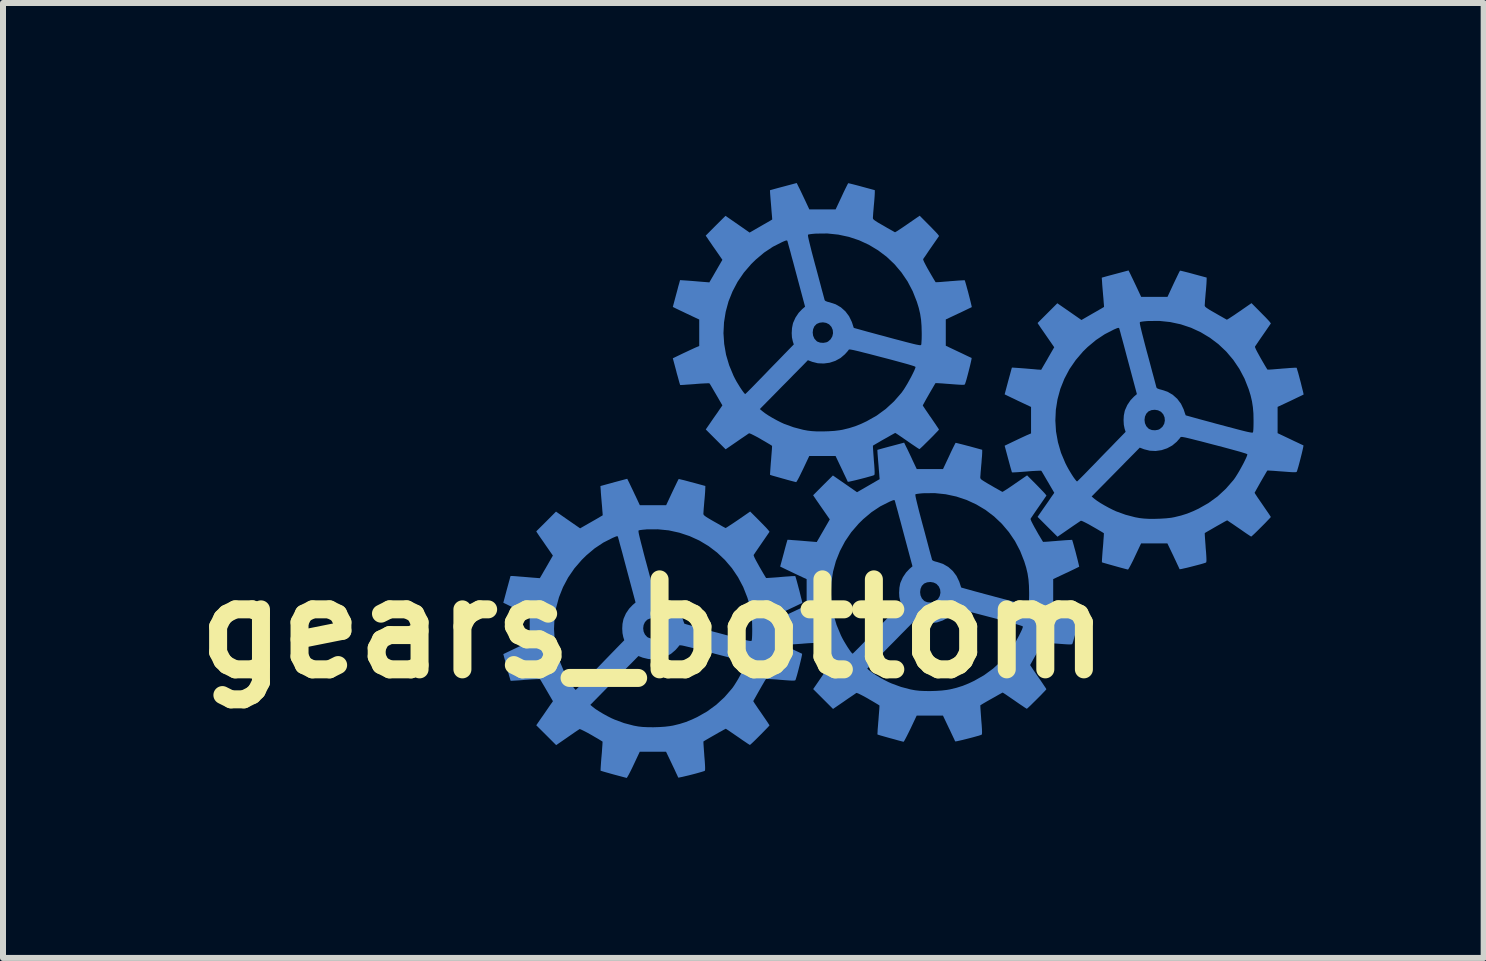
<source format=kicad_pcb>
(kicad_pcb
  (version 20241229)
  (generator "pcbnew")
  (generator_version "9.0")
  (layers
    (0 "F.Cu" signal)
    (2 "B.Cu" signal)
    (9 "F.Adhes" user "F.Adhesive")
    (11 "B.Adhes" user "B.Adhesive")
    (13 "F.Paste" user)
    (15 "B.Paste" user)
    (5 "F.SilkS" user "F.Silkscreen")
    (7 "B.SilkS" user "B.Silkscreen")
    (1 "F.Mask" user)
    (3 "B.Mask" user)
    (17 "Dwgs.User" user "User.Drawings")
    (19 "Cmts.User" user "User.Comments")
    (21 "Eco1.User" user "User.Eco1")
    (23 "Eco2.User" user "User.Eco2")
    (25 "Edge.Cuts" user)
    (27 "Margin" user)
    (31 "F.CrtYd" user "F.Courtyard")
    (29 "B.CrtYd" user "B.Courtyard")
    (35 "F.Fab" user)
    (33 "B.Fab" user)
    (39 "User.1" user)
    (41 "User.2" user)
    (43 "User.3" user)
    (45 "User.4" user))
  (footprint "gears_bottom"
    (layer "F.Cu")
    (at 12.103 4.851)
    (property "Reference" "gears_bottom" (at -4.268 2.576 0) (layer "F.SilkS") (effects (font (size 1.5 1.5) (thickness 0.3))))
    (attr board_only exclude_from_pos_files exclude_from_bom)
    (fp_poly (pts (xy -4.667 0.144) (xy -4.651 0.178) (xy -4.628 0.226) (xy -4.601 0.282) (xy -4.573 0.342) (xy -4.562 0.364) (xy -4.49 0.518) (xy -4.271 0.518) (xy -4.051 0.518) (xy -3.95 0.302) (xy -3.92 0.239) (xy -3.893 0.183) (xy -3.871 0.137) (xy -3.854 0.103) (xy -3.844 0.085) (xy -3.842 0.082) (xy -3.83 0.084) (xy -3.801 0.091) (xy -3.757 0.101) (xy -3.701 0.116) (xy -3.638 0.133) (xy -3.617 0.138) (xy -3.398 0.198) (xy -3.399 0.236) (xy -3.4 0.26) (xy -3.402 0.301) (xy -3.406 0.354) (xy -3.411 0.415) (xy -3.415 0.453) (xy -3.42 0.515) (xy -3.425 0.572) (xy -3.428 0.618) (xy -3.43 0.65) (xy -3.431 0.66) (xy -3.429 0.671) (xy -3.423 0.682) (xy -3.409 0.695) (xy -3.386 0.712) (xy -3.351 0.734) (xy -3.301 0.764) (xy -3.25 0.793) (xy -3.193 0.825) (xy -3.143 0.854) (xy -3.103 0.877) (xy -3.074 0.892) (xy -3.062 0.899) (xy -3.061 0.899) (xy -3.051 0.894) (xy -3.025 0.878) (xy -2.987 0.853) (xy -2.938 0.821) (xy -2.883 0.784) (xy -2.852 0.763) (xy -2.651 0.624) (xy -2.509 0.766) (xy -2.463 0.813) (xy -2.42 0.857) (xy -2.385 0.893) (xy -2.36 0.921) (xy -2.348 0.935) (xy -2.328 0.961) (xy -2.456 1.147) (xy -2.495 1.204) (xy -2.53 1.255) (xy -2.559 1.297) (xy -2.58 1.329) (xy -2.592 1.346) (xy -2.593 1.348) (xy -2.591 1.362) (xy -2.578 1.393) (xy -2.555 1.438) (xy -2.523 1.496) (xy -2.496 1.545) (xy -2.463 1.602) (xy -2.434 1.652) (xy -2.41 1.692) (xy -2.393 1.72) (xy -2.385 1.732) (xy -2.384 1.732) (xy -2.372 1.732) (xy -2.342 1.73) (xy -2.296 1.727) (xy -2.238 1.723) (xy -2.172 1.718) (xy -2.141 1.715) (xy -2.072 1.709) (xy -2.011 1.705) (xy -1.96 1.701) (xy -1.923 1.7) (xy -1.903 1.699) (xy -1.9 1.7) (xy -1.895 1.712) (xy -1.886 1.741) (xy -1.874 1.783) (xy -1.86 1.835) (xy -1.845 1.892) (xy -1.829 1.951) (xy -1.815 2.009) (xy -1.802 2.061) (xy -1.791 2.103) (xy -1.785 2.133) (xy -1.783 2.146) (xy -1.783 2.146) (xy -1.794 2.152) (xy -1.821 2.166) (xy -1.863 2.186) (xy -1.915 2.211) (xy -1.975 2.239) (xy -2.002 2.252) (xy -2.216 2.353) (xy -2.216 2.572) (xy -2.216 2.791) (xy -2.005 2.891) (xy -1.943 2.92) (xy -1.887 2.947) (xy -1.841 2.968) (xy -1.807 2.984) (xy -1.788 2.993) (xy -1.786 2.994) (xy -1.786 3.005) (xy -1.791 3.032) (xy -1.8 3.074) (xy -1.812 3.124) (xy -1.826 3.181) (xy -1.841 3.24) (xy -1.856 3.297) (xy -1.87 3.349) (xy -1.883 3.392) (xy -1.892 3.422) (xy -1.898 3.435) (xy -1.905 3.439) (xy -1.922 3.441) (xy -1.95 3.442) (xy -1.993 3.44) (xy -2.052 3.436) (xy -2.13 3.43) (xy -2.145 3.429) (xy -2.214 3.423) (xy -2.276 3.419) (xy -2.327 3.416) (xy -2.364 3.414) (xy -2.385 3.413) (xy -2.387 3.414) (xy -2.395 3.426) (xy -2.411 3.452) (xy -2.433 3.49) (xy -2.46 3.536) (xy -2.489 3.587) (xy -2.518 3.638) (xy -2.545 3.686) (xy -2.569 3.729) (xy -2.587 3.761) (xy -2.598 3.781) (xy -2.599 3.785) (xy -2.593 3.795) (xy -2.577 3.821) (xy -2.551 3.859) (xy -2.519 3.907) (xy -2.481 3.961) (xy -2.464 3.986) (xy -2.425 4.043) (xy -2.39 4.094) (xy -2.361 4.137) (xy -2.341 4.168) (xy -2.33 4.185) (xy -2.329 4.188) (xy -2.337 4.198) (xy -2.357 4.22) (xy -2.387 4.251) (xy -2.424 4.289) (xy -2.466 4.332) (xy -2.509 4.375) (xy -2.551 4.417) (xy -2.59 4.455) (xy -2.622 4.485) (xy -2.645 4.506) (xy -2.655 4.514) (xy -2.655 4.514) (xy -2.666 4.508) (xy -2.692 4.492) (xy -2.73 4.466) (xy -2.778 4.434) (xy -2.832 4.396) (xy -2.857 4.379) (xy -2.914 4.34) (xy -2.965 4.305) (xy -3.007 4.276) (xy -3.038 4.256) (xy -3.055 4.245) (xy -3.058 4.244) (xy -3.068 4.249) (xy -3.094 4.263) (xy -3.131 4.284) (xy -3.177 4.309) (xy -3.227 4.338) (xy -3.278 4.367) (xy -3.327 4.395) (xy -3.37 4.42) (xy -3.404 4.44) (xy -3.425 4.453) (xy -3.43 4.456) (xy -3.43 4.467) (xy -3.429 4.497) (xy -3.426 4.542) (xy -3.422 4.599) (xy -3.417 4.665) (xy -3.415 4.698) (xy -3.408 4.78) (xy -3.404 4.842) (xy -3.402 4.887) (xy -3.402 4.918) (xy -3.404 4.936) (xy -3.408 4.945) (xy -3.408 4.946) (xy -3.425 4.952) (xy -3.457 4.962) (xy -3.502 4.975) (xy -3.555 4.99) (xy -3.613 5.005) (xy -3.671 5.02) (xy -3.727 5.033) (xy -3.777 5.045) (xy -3.816 5.053) (xy -3.841 5.058) (xy -3.849 5.058) (xy -3.855 5.046) (xy -3.868 5.017) (xy -3.888 4.975) (xy -3.912 4.922) (xy -3.941 4.862) (xy -3.952 4.838) (xy -4.053 4.627) (xy -4.272 4.627) (xy -4.491 4.627) (xy -4.594 4.846) (xy -4.624 4.909) (xy -4.652 4.965) (xy -4.676 5.011) (xy -4.695 5.044) (xy -4.706 5.061) (xy -4.709 5.064) (xy -4.723 5.06) (xy -4.754 5.052) (xy -4.799 5.04) (xy -4.855 5.025) (xy -4.919 5.008) (xy -4.93 5.005) (xy -4.994 4.987) (xy -5.051 4.971) (xy -5.096 4.958) (xy -5.128 4.948) (xy -5.143 4.943) (xy -5.144 4.943) (xy -5.144 4.931) (xy -5.143 4.901) (xy -5.14 4.856) (xy -5.136 4.799) (xy -5.131 4.733) (xy -5.128 4.702) (xy -5.122 4.633) (xy -5.118 4.571) (xy -5.114 4.52) (xy -5.112 4.482) (xy -5.111 4.462) (xy -5.111 4.459) (xy -5.121 4.452) (xy -5.147 4.436) (xy -5.186 4.412) (xy -5.235 4.384) (xy -5.291 4.351) (xy -5.298 4.347) (xy -5.366 4.309) (xy -5.422 4.28) (xy -5.463 4.26) (xy -5.488 4.25) (xy -5.496 4.25) (xy -5.508 4.259) (xy -5.536 4.277) (xy -5.576 4.304) (xy -5.625 4.338) (xy -5.68 4.376) (xy -5.697 4.388) (xy -5.884 4.517) (xy -6.05 4.351) (xy -6.216 4.186) (xy -6.134 4.067) (xy -6.096 4.013) (xy -6.057 3.956) (xy -6.021 3.904) (xy -5.995 3.866) (xy -5.981 3.846) (xy -5.315 3.846) (xy -5.272 3.882) (xy -5.228 3.916) (xy -5.169 3.954) (xy -5.101 3.995) (xy -5.03 4.034) (xy -4.961 4.069) (xy -4.909 4.092) (xy -4.752 4.15) (xy -4.592 4.192) (xy -4.516 4.206) (xy -4.445 4.214) (xy -4.359 4.218) (xy -4.264 4.219) (xy -4.167 4.216) (xy -4.073 4.21) (xy -3.99 4.2) (xy -3.937 4.191) (xy -3.826 4.164) (xy -3.724 4.132) (xy -3.623 4.091) (xy -3.533 4.049) (xy -3.369 3.956) (xy -3.217 3.845) (xy -3.079 3.718) (xy -2.955 3.575) (xy -2.941 3.557) (xy -2.915 3.519) (xy -2.885 3.471) (xy -2.852 3.417) (xy -2.82 3.359) (xy -2.789 3.302) (xy -2.762 3.248) (xy -2.74 3.202) (xy -2.726 3.167) (xy -2.72 3.146) (xy -2.72 3.144) (xy -2.728 3.138) (xy -2.751 3.129) (xy -2.79 3.116) (xy -2.845 3.1) (xy -2.918 3.079) (xy -3.009 3.054) (xy -3.12 3.025) (xy -3.25 2.991) (xy -3.274 2.984) (xy -3.396 2.953) (xy -3.498 2.926) (xy -3.584 2.904) (xy -3.653 2.887) (xy -3.708 2.874) (xy -3.75 2.864) (xy -3.782 2.857) (xy -3.805 2.854) (xy -3.82 2.853) (xy -3.829 2.854) (xy -3.834 2.858) (xy -3.835 2.859) (xy -3.847 2.876) (xy -3.87 2.903) (xy -3.897 2.933) (xy -3.971 2.996) (xy -4.057 3.043) (xy -4.15 3.074) (xy -4.249 3.087) (xy -4.347 3.082) (xy -4.443 3.059) (xy -4.45 3.056) (xy -4.513 3.032) (xy -4.618 3.139) (xy -4.65 3.171) (xy -4.695 3.216) (xy -4.75 3.272) (xy -4.812 3.336) (xy -4.88 3.404) (xy -4.95 3.476) (xy -5.019 3.545) (xy -5.315 3.846) (xy -5.981 3.846) (xy -5.938 3.785) (xy -6.043 3.605) (xy -6.076 3.548) (xy -6.105 3.499) (xy -6.129 3.458) (xy -6.146 3.43) (xy -6.154 3.418) (xy -6.155 3.417) (xy -6.167 3.416) (xy -6.198 3.417) (xy -6.244 3.419) (xy -6.301 3.422) (xy -6.368 3.427) (xy -6.4 3.429) (xy -6.469 3.435) (xy -6.531 3.439) (xy -6.582 3.442) (xy -6.619 3.444) (xy -6.64 3.445) (xy -6.643 3.444) (xy -6.647 3.433) (xy -6.655 3.404) (xy -6.668 3.36) (xy -6.683 3.305) (xy -6.7 3.241) (xy -6.706 3.22) (xy -6.765 3) (xy -6.596 2.919) (xy -6.537 2.891) (xy -6.48 2.864) (xy -6.43 2.841) (xy -6.393 2.824) (xy -6.376 2.816) (xy -6.325 2.794) (xy -6.325 2.581) (xy -5.92 2.581) (xy -5.909 2.761) (xy -5.877 2.94) (xy -5.826 3.117) (xy -5.753 3.29) (xy -5.728 3.34) (xy -5.702 3.387) (xy -5.673 3.437) (xy -5.643 3.485) (xy -5.614 3.529) (xy -5.588 3.564) (xy -5.569 3.588) (xy -5.558 3.596) (xy -5.55 3.589) (xy -5.528 3.567) (xy -5.494 3.534) (xy -5.451 3.491) (xy -5.4 3.439) (xy -5.343 3.38) (xy -5.293 3.329) (xy -5.224 3.258) (xy -5.152 3.184) (xy -5.082 3.111) (xy -5.015 3.042) (xy -4.956 2.981) (xy -4.907 2.931) (xy -4.892 2.915) (xy -4.749 2.769) (xy -4.766 2.715) (xy -4.779 2.65) (xy -4.783 2.575) (xy -4.783 2.57) (xy -4.434 2.57) (xy -4.427 2.624) (xy -4.405 2.673) (xy -4.369 2.713) (xy -4.356 2.722) (xy -4.311 2.739) (xy -4.258 2.743) (xy -4.206 2.734) (xy -4.179 2.721) (xy -4.134 2.683) (xy -4.106 2.635) (xy -4.095 2.581) (xy -4.1 2.527) (xy -4.122 2.476) (xy -4.161 2.433) (xy -4.163 2.432) (xy -4.209 2.409) (xy -4.263 2.401) (xy -4.318 2.406) (xy -4.365 2.426) (xy -4.369 2.429) (xy -4.405 2.467) (xy -4.427 2.516) (xy -4.434 2.57) (xy -4.783 2.57) (xy -4.779 2.497) (xy -4.765 2.427) (xy -4.76 2.409) (xy -4.721 2.321) (xy -4.668 2.243) (xy -4.61 2.182) (xy -4.561 2.14) (xy -4.705 1.602) (xy -4.733 1.497) (xy -4.759 1.399) (xy -4.783 1.308) (xy -4.805 1.228) (xy -4.824 1.16) (xy -4.838 1.105) (xy -4.849 1.067) (xy -4.854 1.048) (xy -4.855 1.045) (xy -4.86 1.037) (xy -4.871 1.035) (xy -4.891 1.041) (xy -4.924 1.055) (xy -4.943 1.063) (xy -5.097 1.141) (xy -5.243 1.238) (xy -5.382 1.355) (xy -5.457 1.429) (xy -5.58 1.571) (xy -5.685 1.724) (xy -5.77 1.884) (xy -5.837 2.052) (xy -5.884 2.225) (xy -5.912 2.402) (xy -5.92 2.581) (xy -6.325 2.581) (xy -6.325 2.574) (xy -6.325 2.353) (xy -6.484 2.278) (xy -6.544 2.25) (xy -6.601 2.223) (xy -6.652 2.199) (xy -6.691 2.18) (xy -6.704 2.173) (xy -6.765 2.144) (xy -6.706 1.922) (xy -6.688 1.857) (xy -6.672 1.798) (xy -6.659 1.751) (xy -6.65 1.717) (xy -6.644 1.699) (xy -6.644 1.698) (xy -6.633 1.698) (xy -6.603 1.699) (xy -6.558 1.702) (xy -6.501 1.707) (xy -6.435 1.712) (xy -6.399 1.715) (xy -6.33 1.721) (xy -6.268 1.726) (xy -6.217 1.73) (xy -6.179 1.733) (xy -6.159 1.734) (xy -6.156 1.734) (xy -6.151 1.725) (xy -6.136 1.7) (xy -6.114 1.662) (xy -6.086 1.613) (xy -6.053 1.557) (xy -6.047 1.546) (xy -5.939 1.358) (xy -6.06 1.184) (xy -6.098 1.128) (xy -6.134 1.077) (xy -6.164 1.034) (xy -6.186 1.001) (xy -6.198 0.983) (xy -6.199 0.982) (xy -6.216 0.955) (xy -6.207 0.945) (xy -4.512 0.945) (xy -4.512 0.96) (xy -4.508 0.986) (xy -4.5 1.023) (xy -4.488 1.073) (xy -4.472 1.138) (xy -4.451 1.218) (xy -4.426 1.317) (xy -4.395 1.434) (xy -4.382 1.481) (xy -4.354 1.585) (xy -4.328 1.683) (xy -4.304 1.773) (xy -4.282 1.853) (xy -4.264 1.92) (xy -4.25 1.974) (xy -4.24 2.011) (xy -4.235 2.03) (xy -4.234 2.032) (xy -4.221 2.045) (xy -4.189 2.058) (xy -4.15 2.067) (xy -4.052 2.1) (xy -3.964 2.15) (xy -3.889 2.217) (xy -3.827 2.299) (xy -3.782 2.394) (xy -3.775 2.415) (xy -3.763 2.452) (xy -3.753 2.479) (xy -3.748 2.493) (xy -3.748 2.493) (xy -3.737 2.496) (xy -3.708 2.505) (xy -3.661 2.518) (xy -3.6 2.535) (xy -3.525 2.555) (xy -3.439 2.579) (xy -3.343 2.605) (xy -3.241 2.632) (xy -3.191 2.645) (xy -3.068 2.678) (xy -2.965 2.706) (xy -2.879 2.728) (xy -2.809 2.746) (xy -2.753 2.76) (xy -2.71 2.77) (xy -2.678 2.777) (xy -2.655 2.781) (xy -2.64 2.781) (xy -2.631 2.78) (xy -2.627 2.777) (xy -2.627 2.777) (xy -2.623 2.76) (xy -2.62 2.726) (xy -2.618 2.679) (xy -2.617 2.622) (xy -2.617 2.581) (xy -2.619 2.462) (xy -2.628 2.358) (xy -2.643 2.26) (xy -2.666 2.162) (xy -2.698 2.057) (xy -2.767 1.882) (xy -2.853 1.719) (xy -2.955 1.568) (xy -3.072 1.431) (xy -3.202 1.308) (xy -3.344 1.2) (xy -3.497 1.108) (xy -3.659 1.034) (xy -3.83 0.977) (xy -4.007 0.938) (xy -4.189 0.92) (xy -4.376 0.921) (xy -4.393 0.923) (xy -4.439 0.927) (xy -4.478 0.932) (xy -4.504 0.937) (xy -4.51 0.939) (xy -4.512 0.945) (xy -6.207 0.945) (xy -6.051 0.79) (xy -5.887 0.625) (xy -5.686 0.765) (xy -5.485 0.904) (xy -5.298 0.797) (xy -5.24 0.764) (xy -5.19 0.735) (xy -5.15 0.711) (xy -5.122 0.695) (xy -5.109 0.687) (xy -5.109 0.687) (xy -5.109 0.676) (xy -5.111 0.647) (xy -5.115 0.603) (xy -5.119 0.546) (xy -5.125 0.48) (xy -5.128 0.444) (xy -5.134 0.374) (xy -5.139 0.312) (xy -5.142 0.261) (xy -5.145 0.223) (xy -5.146 0.202) (xy -5.146 0.199) (xy -5.135 0.196) (xy -5.106 0.188) (xy -5.063 0.176) (xy -5.008 0.161) (xy -4.944 0.144) (xy -4.921 0.137) (xy -4.7 0.078)) (stroke (width 0) (type solid)) (fill yes) (layer "B.Cu"))
    (fp_poly (pts (xy -1.843 -4.785) (xy -1.826 -4.752) (xy -1.803 -4.704) (xy -1.776 -4.647) (xy -1.748 -4.588) (xy -1.737 -4.565) (xy -1.665 -4.411) (xy -1.446 -4.411) (xy -1.227 -4.411) (xy -1.125 -4.628) (xy -1.096 -4.691) (xy -1.069 -4.747) (xy -1.046 -4.793) (xy -1.029 -4.827) (xy -1.019 -4.845) (xy -1.017 -4.848) (xy -1.006 -4.846) (xy -0.976 -4.839) (xy -0.932 -4.828) (xy -0.877 -4.814) (xy -0.813 -4.797) (xy -0.792 -4.791) (xy -0.574 -4.732) (xy -0.574 -4.693) (xy -0.575 -4.669) (xy -0.577 -4.629) (xy -0.581 -4.576) (xy -0.586 -4.515) (xy -0.59 -4.476) (xy -0.595 -4.414) (xy -0.6 -4.358) (xy -0.603 -4.312) (xy -0.605 -4.28) (xy -0.606 -4.269) (xy -0.604 -4.258) (xy -0.598 -4.247) (xy -0.584 -4.234) (xy -0.561 -4.218) (xy -0.526 -4.195) (xy -0.476 -4.166) (xy -0.425 -4.137) (xy -0.369 -4.104) (xy -0.319 -4.076) (xy -0.278 -4.053) (xy -0.25 -4.037) (xy -0.237 -4.03) (xy -0.237 -4.03) (xy -0.226 -4.036) (xy -0.2 -4.051) (xy -0.162 -4.076) (xy -0.114 -4.108) (xy -0.058 -4.146) (xy -0.028 -4.167) (xy 0.174 -4.306) (xy 0.316 -4.163) (xy 0.362 -4.117) (xy 0.404 -4.073) (xy 0.44 -4.036) (xy 0.465 -4.009) (xy 0.477 -3.995) (xy 0.497 -3.968) (xy 0.368 -3.782) (xy 0.329 -3.726) (xy 0.295 -3.675) (xy 0.266 -3.632) (xy 0.244 -3.601) (xy 0.233 -3.584) (xy 0.232 -3.582) (xy 0.234 -3.568) (xy 0.247 -3.537) (xy 0.27 -3.492) (xy 0.301 -3.434) (xy 0.329 -3.385) (xy 0.362 -3.328) (xy 0.391 -3.278) (xy 0.415 -3.238) (xy 0.432 -3.21) (xy 0.44 -3.198) (xy 0.44 -3.198) (xy 0.453 -3.198) (xy 0.483 -3.199) (xy 0.529 -3.202) (xy 0.586 -3.207) (xy 0.653 -3.212) (xy 0.683 -3.215) (xy 0.752 -3.22) (xy 0.814 -3.225) (xy 0.865 -3.228) (xy 0.902 -3.23) (xy 0.922 -3.23) (xy 0.925 -3.23) (xy 0.929 -3.218) (xy 0.938 -3.189) (xy 0.95 -3.147) (xy 0.964 -3.095) (xy 0.98 -3.038) (xy 0.995 -2.979) (xy 1.01 -2.921) (xy 1.023 -2.869) (xy 1.033 -2.826) (xy 1.04 -2.797) (xy 1.042 -2.784) (xy 1.042 -2.783) (xy 1.031 -2.777) (xy 1.003 -2.764) (xy 0.962 -2.744) (xy 0.91 -2.719) (xy 0.85 -2.69) (xy 0.823 -2.678) (xy 0.609 -2.577) (xy 0.609 -2.358) (xy 0.609 -2.139) (xy 0.82 -2.039) (xy 0.882 -2.01) (xy 0.938 -1.983) (xy 0.984 -1.961) (xy 1.018 -1.945) (xy 1.037 -1.937) (xy 1.039 -1.936) (xy 1.039 -1.925) (xy 1.034 -1.897) (xy 1.025 -1.856) (xy 1.013 -1.805) (xy 0.999 -1.749) (xy 0.984 -1.69) (xy 0.969 -1.633) (xy 0.955 -1.581) (xy 0.942 -1.538) (xy 0.932 -1.508) (xy 0.927 -1.495) (xy 0.92 -1.491) (xy 0.903 -1.488) (xy 0.875 -1.488) (xy 0.832 -1.49) (xy 0.772 -1.494) (xy 0.694 -1.5) (xy 0.68 -1.501) (xy 0.611 -1.506) (xy 0.549 -1.511) (xy 0.498 -1.514) (xy 0.46 -1.516) (xy 0.44 -1.516) (xy 0.437 -1.516) (xy 0.43 -1.504) (xy 0.414 -1.477) (xy 0.392 -1.439) (xy 0.365 -1.393) (xy 0.336 -1.343) (xy 0.307 -1.292) (xy 0.279 -1.243) (xy 0.256 -1.201) (xy 0.238 -1.168) (xy 0.227 -1.149) (xy 0.226 -1.145) (xy 0.231 -1.134) (xy 0.248 -1.109) (xy 0.273 -1.071) (xy 0.306 -1.023) (xy 0.343 -0.968) (xy 0.361 -0.944) (xy 0.4 -0.886) (xy 0.435 -0.835) (xy 0.463 -0.793) (xy 0.484 -0.762) (xy 0.494 -0.744) (xy 0.496 -0.742) (xy 0.488 -0.732) (xy 0.468 -0.71) (xy 0.438 -0.679) (xy 0.401 -0.64) (xy 0.359 -0.598) (xy 0.316 -0.555) (xy 0.273 -0.513) (xy 0.235 -0.475) (xy 0.203 -0.445) (xy 0.18 -0.424) (xy 0.17 -0.416) (xy 0.17 -0.416) (xy 0.159 -0.422) (xy 0.133 -0.438) (xy 0.095 -0.464) (xy 0.047 -0.496) (xy -0.008 -0.534) (xy -0.032 -0.551) (xy -0.089 -0.59) (xy -0.14 -0.625) (xy -0.182 -0.654) (xy -0.213 -0.674) (xy -0.231 -0.685) (xy -0.233 -0.686) (xy -0.244 -0.681) (xy -0.269 -0.667) (xy -0.307 -0.646) (xy -0.352 -0.62) (xy -0.402 -0.592) (xy -0.454 -0.563) (xy -0.503 -0.534) (xy -0.546 -0.509) (xy -0.579 -0.49) (xy -0.6 -0.477) (xy -0.605 -0.474) (xy -0.605 -0.462) (xy -0.604 -0.433) (xy -0.601 -0.388) (xy -0.597 -0.33) (xy -0.592 -0.264) (xy -0.59 -0.231) (xy -0.583 -0.15) (xy -0.579 -0.088) (xy -0.577 -0.042) (xy -0.577 -0.012) (xy -0.579 0.007) (xy -0.583 0.015) (xy -0.584 0.016) (xy -0.6 0.023) (xy -0.633 0.033) (xy -0.677 0.045) (xy -0.73 0.06) (xy -0.788 0.075) (xy -0.847 0.09) (xy -0.903 0.104) (xy -0.952 0.115) (xy -0.991 0.124) (xy -1.017 0.128) (xy -1.024 0.128) (xy -1.03 0.116) (xy -1.043 0.087) (xy -1.063 0.045) (xy -1.088 -0.007) (xy -1.116 -0.068) (xy -1.128 -0.092) (xy -1.228 -0.302) (xy -1.447 -0.302) (xy -1.666 -0.302) (xy -1.769 -0.084) (xy -1.8 -0.021) (xy -1.827 0.035) (xy -1.851 0.081) (xy -1.87 0.114) (xy -1.882 0.132) (xy -1.885 0.134) (xy -1.898 0.131) (xy -1.929 0.123) (xy -1.975 0.111) (xy -2.031 0.096) (xy -2.094 0.078) (xy -2.106 0.075) (xy -2.169 0.057) (xy -2.226 0.041) (xy -2.272 0.028) (xy -2.304 0.018) (xy -2.319 0.013) (xy -2.319 0.013) (xy -2.32 0.001) (xy -2.318 -0.029) (xy -2.315 -0.074) (xy -2.311 -0.131) (xy -2.306 -0.197) (xy -2.303 -0.228) (xy -2.298 -0.297) (xy -2.293 -0.359) (xy -2.289 -0.41) (xy -2.287 -0.447) (xy -2.286 -0.468) (xy -2.287 -0.471) (xy -2.297 -0.478) (xy -2.322 -0.494) (xy -2.361 -0.517) (xy -2.41 -0.546) (xy -2.466 -0.578) (xy -2.473 -0.583) (xy -2.541 -0.621) (xy -2.597 -0.65) (xy -2.638 -0.67) (xy -2.663 -0.679) (xy -2.671 -0.679) (xy -2.684 -0.671) (xy -2.711 -0.652) (xy -2.751 -0.625) (xy -2.8 -0.592) (xy -2.855 -0.554) (xy -2.872 -0.542) (xy -3.06 -0.413) (xy -3.225 -0.578) (xy -3.391 -0.744) (xy -3.309 -0.863) (xy -3.272 -0.917) (xy -3.233 -0.973) (xy -3.196 -1.025) (xy -3.17 -1.064) (xy -3.156 -1.084) (xy -2.49 -1.084) (xy -2.447 -1.048) (xy -2.403 -1.014) (xy -2.344 -0.975) (xy -2.277 -0.935) (xy -2.206 -0.896) (xy -2.137 -0.861) (xy -2.085 -0.837) (xy -1.927 -0.78) (xy -1.767 -0.738) (xy -1.691 -0.724) (xy -1.62 -0.716) (xy -1.534 -0.711) (xy -1.439 -0.711) (xy -1.342 -0.714) (xy -1.248 -0.72) (xy -1.165 -0.73) (xy -1.112 -0.739) (xy -1.001 -0.766) (xy -0.899 -0.798) (xy -0.798 -0.839) (xy -0.709 -0.881) (xy -0.544 -0.974) (xy -0.392 -1.085) (xy -0.254 -1.212) (xy -0.13 -1.354) (xy -0.117 -1.372) (xy -0.09 -1.41) (xy -0.06 -1.458) (xy -0.027 -1.513) (xy 0.005 -1.571) (xy 0.036 -1.628) (xy 0.063 -1.682) (xy 0.085 -1.728) (xy 0.099 -1.763) (xy 0.105 -1.784) (xy 0.104 -1.786) (xy 0.096 -1.792) (xy 0.073 -1.801) (xy 0.035 -1.813) (xy -0.021 -1.83) (xy -0.093 -1.85) (xy -0.185 -1.875) (xy -0.295 -1.905) (xy -0.425 -1.939) (xy -0.449 -1.945) (xy -0.571 -1.977) (xy -0.674 -2.004) (xy -0.759 -2.025) (xy -0.828 -2.043) (xy -0.883 -2.056) (xy -0.926 -2.066) (xy -0.957 -2.072) (xy -0.98 -2.076) (xy -0.995 -2.077) (xy -1.004 -2.075) (xy -1.009 -2.072) (xy -1.01 -2.07) (xy -1.022 -2.053) (xy -1.045 -2.027) (xy -1.073 -1.996) (xy -1.146 -1.934) (xy -1.232 -1.887) (xy -1.326 -1.856) (xy -1.424 -1.843) (xy -1.523 -1.847) (xy -1.618 -1.871) (xy -1.625 -1.874) (xy -1.689 -1.898) (xy -1.793 -1.791) (xy -1.825 -1.759) (xy -1.87 -1.713) (xy -1.925 -1.658) (xy -1.987 -1.594) (xy -2.055 -1.525) (xy -2.126 -1.454) (xy -2.194 -1.384) (xy -2.49 -1.084) (xy -3.156 -1.084) (xy -3.114 -1.145) (xy -3.218 -1.325) (xy -3.251 -1.381) (xy -3.28 -1.431) (xy -3.304 -1.472) (xy -3.321 -1.5) (xy -3.33 -1.512) (xy -3.33 -1.512) (xy -3.342 -1.514) (xy -3.373 -1.513) (xy -3.419 -1.511) (xy -3.477 -1.508) (xy -3.543 -1.503) (xy -3.575 -1.5) (xy -3.644 -1.495) (xy -3.706 -1.491) (xy -3.757 -1.487) (xy -3.795 -1.485) (xy -3.815 -1.485) (xy -3.818 -1.486) (xy -3.822 -1.497) (xy -3.831 -1.526) (xy -3.843 -1.57) (xy -3.858 -1.625) (xy -3.876 -1.688) (xy -3.881 -1.71) (xy -3.94 -1.93) (xy -3.772 -2.011) (xy -3.712 -2.039) (xy -3.655 -2.066) (xy -3.605 -2.089) (xy -3.568 -2.106) (xy -3.552 -2.113) (xy -3.5 -2.135) (xy -3.5 -2.348) (xy -3.096 -2.348) (xy -3.084 -2.169) (xy -3.053 -1.989) (xy -3.001 -1.813) (xy -2.929 -1.64) (xy -2.904 -1.59) (xy -2.878 -1.542) (xy -2.848 -1.493) (xy -2.818 -1.444) (xy -2.789 -1.401) (xy -2.763 -1.365) (xy -2.744 -1.342) (xy -2.734 -1.334) (xy -2.725 -1.341) (xy -2.703 -1.362) (xy -2.669 -1.396) (xy -2.626 -1.439) (xy -2.575 -1.491) (xy -2.518 -1.55) (xy -2.468 -1.601) (xy -2.399 -1.672) (xy -2.328 -1.746) (xy -2.257 -1.819) (xy -2.19 -1.887) (xy -2.131 -1.948) (xy -2.082 -1.999) (xy -2.067 -2.014) (xy -1.924 -2.161) (xy -1.941 -2.214) (xy -1.955 -2.279) (xy -1.959 -2.355) (xy -1.958 -2.36) (xy -1.609 -2.36) (xy -1.602 -2.306) (xy -1.58 -2.256) (xy -1.544 -2.217) (xy -1.532 -2.208) (xy -1.486 -2.191) (xy -1.433 -2.187) (xy -1.381 -2.196) (xy -1.354 -2.208) (xy -1.31 -2.247) (xy -1.282 -2.295) (xy -1.27 -2.348) (xy -1.275 -2.403) (xy -1.297 -2.454) (xy -1.337 -2.497) (xy -1.338 -2.497) (xy -1.384 -2.52) (xy -1.438 -2.529) (xy -1.493 -2.523) (xy -1.541 -2.503) (xy -1.544 -2.501) (xy -1.581 -2.463) (xy -1.602 -2.414) (xy -1.609 -2.36) (xy -1.958 -2.36) (xy -1.954 -2.432) (xy -1.94 -2.503) (xy -1.935 -2.521) (xy -1.896 -2.608) (xy -1.843 -2.687) (xy -1.785 -2.748) (xy -1.736 -2.79) (xy -1.88 -3.328) (xy -1.908 -3.433) (xy -1.934 -3.531) (xy -1.959 -3.621) (xy -1.98 -3.702) (xy -1.999 -3.77) (xy -2.014 -3.824) (xy -2.024 -3.862) (xy -2.03 -3.882) (xy -2.03 -3.884) (xy -2.036 -3.892) (xy -2.046 -3.894) (xy -2.066 -3.889) (xy -2.1 -3.875) (xy -2.118 -3.867) (xy -2.272 -3.789) (xy -2.418 -3.692) (xy -2.557 -3.575) (xy -2.633 -3.501) (xy -2.756 -3.358) (xy -2.86 -3.206) (xy -2.945 -3.045) (xy -3.012 -2.878) (xy -3.059 -2.704) (xy -3.087 -2.528) (xy -3.096 -2.348) (xy -3.5 -2.348) (xy -3.5 -2.356) (xy -3.5 -2.576) (xy -3.66 -2.651) (xy -3.719 -2.679) (xy -3.777 -2.707) (xy -3.828 -2.731) (xy -3.867 -2.75) (xy -3.88 -2.756) (xy -3.94 -2.786) (xy -3.881 -3.007) (xy -3.863 -3.073) (xy -3.848 -3.131) (xy -3.834 -3.179) (xy -3.825 -3.213) (xy -3.82 -3.231) (xy -3.819 -3.232) (xy -3.808 -3.232) (xy -3.778 -3.23) (xy -3.733 -3.227) (xy -3.676 -3.223) (xy -3.61 -3.218) (xy -3.574 -3.215) (xy -3.505 -3.209) (xy -3.443 -3.204) (xy -3.392 -3.2) (xy -3.355 -3.197) (xy -3.334 -3.195) (xy -3.331 -3.195) (xy -3.326 -3.205) (xy -3.311 -3.23) (xy -3.289 -3.268) (xy -3.261 -3.316) (xy -3.229 -3.372) (xy -3.222 -3.384) (xy -3.114 -3.571) (xy -3.235 -3.746) (xy -3.274 -3.801) (xy -3.309 -3.853) (xy -3.339 -3.896) (xy -3.361 -3.929) (xy -3.373 -3.947) (xy -3.374 -3.947) (xy -3.392 -3.975) (xy -3.382 -3.984) (xy -1.688 -3.984) (xy -1.687 -3.969) (xy -1.683 -3.944) (xy -1.675 -3.907) (xy -1.663 -3.857) (xy -1.647 -3.792) (xy -1.627 -3.711) (xy -1.601 -3.613) (xy -1.57 -3.496) (xy -1.557 -3.449) (xy -1.529 -3.345) (xy -1.503 -3.247) (xy -1.479 -3.157) (xy -1.458 -3.077) (xy -1.439 -3.009) (xy -1.425 -2.956) (xy -1.415 -2.919) (xy -1.41 -2.9) (xy -1.409 -2.898) (xy -1.396 -2.885) (xy -1.364 -2.872) (xy -1.325 -2.862) (xy -1.227 -2.83) (xy -1.139 -2.779) (xy -1.064 -2.712) (xy -1.003 -2.631) (xy -0.957 -2.536) (xy -0.95 -2.515) (xy -0.938 -2.478) (xy -0.929 -2.45) (xy -0.924 -2.437) (xy -0.923 -2.437) (xy -0.913 -2.433) (xy -0.883 -2.425) (xy -0.836 -2.412) (xy -0.775 -2.395) (xy -0.7 -2.374) (xy -0.614 -2.351) (xy -0.519 -2.325) (xy -0.416 -2.298) (xy -0.366 -2.284) (xy -0.244 -2.251) (xy -0.14 -2.224) (xy -0.054 -2.201) (xy 0.016 -2.183) (xy 0.072 -2.169) (xy 0.115 -2.159) (xy 0.147 -2.153) (xy 0.17 -2.149) (xy 0.185 -2.148) (xy 0.193 -2.15) (xy 0.198 -2.153) (xy 0.198 -2.153) (xy 0.202 -2.169) (xy 0.204 -2.203) (xy 0.207 -2.251) (xy 0.208 -2.307) (xy 0.208 -2.349) (xy 0.205 -2.467) (xy 0.197 -2.572) (xy 0.182 -2.67) (xy 0.159 -2.768) (xy 0.127 -2.872) (xy 0.058 -3.047) (xy -0.028 -3.211) (xy -0.13 -3.361) (xy -0.247 -3.499) (xy -0.377 -3.622) (xy -0.519 -3.729) (xy -0.672 -3.821) (xy -0.834 -3.896) (xy -1.005 -3.953) (xy -1.182 -3.991) (xy -1.365 -4.01) (xy -1.552 -4.008) (xy -1.568 -4.007) (xy -1.614 -4.003) (xy -1.653 -3.998) (xy -1.679 -3.993) (xy -1.685 -3.991) (xy -1.688 -3.984) (xy -3.382 -3.984) (xy -3.227 -4.14) (xy -3.062 -4.304) (xy -2.861 -4.165) (xy -2.66 -4.025) (xy -2.473 -4.133) (xy -2.416 -4.166) (xy -2.365 -4.195) (xy -2.325 -4.218) (xy -2.297 -4.235) (xy -2.284 -4.242) (xy -2.284 -4.243) (xy -2.284 -4.253) (xy -2.286 -4.282) (xy -2.29 -4.327) (xy -2.295 -4.384) (xy -2.3 -4.45) (xy -2.303 -4.486) (xy -2.309 -4.555) (xy -2.314 -4.618) (xy -2.318 -4.669) (xy -2.32 -4.707) (xy -2.321 -4.727) (xy -2.321 -4.73) (xy -2.31 -4.734) (xy -2.281 -4.742) (xy -2.238 -4.754) (xy -2.183 -4.769) (xy -2.119 -4.786) (xy -2.096 -4.792) (xy -1.875 -4.851)) (stroke (width 0) (type solid)) (fill yes) (layer "B.Cu"))
    (fp_poly (pts (xy -0.053 -0.458) (xy -0.036 -0.425) (xy -0.013 -0.377) (xy 0.014 -0.32) (xy 0.042 -0.261) (xy 0.052 -0.238) (xy 0.125 -0.084) (xy 0.344 -0.084) (xy 0.563 -0.084) (xy 0.665 -0.301) (xy 0.694 -0.364) (xy 0.721 -0.42) (xy 0.744 -0.466) (xy 0.761 -0.5) (xy 0.771 -0.518) (xy 0.773 -0.521) (xy 0.784 -0.519) (xy 0.814 -0.512) (xy 0.858 -0.501) (xy 0.913 -0.487) (xy 0.977 -0.47) (xy 0.998 -0.465) (xy 1.216 -0.405) (xy 1.216 -0.366) (xy 1.215 -0.342) (xy 1.213 -0.302) (xy 1.208 -0.249) (xy 1.204 -0.188) (xy 1.2 -0.149) (xy 1.195 -0.087) (xy 1.19 -0.031) (xy 1.187 0.015) (xy 1.184 0.047) (xy 1.184 0.058) (xy 1.186 0.069) (xy 1.192 0.08) (xy 1.205 0.093) (xy 1.229 0.109) (xy 1.264 0.131) (xy 1.314 0.161) (xy 1.365 0.19) (xy 1.421 0.223) (xy 1.471 0.251) (xy 1.512 0.274) (xy 1.54 0.29) (xy 1.553 0.296) (xy 1.553 0.297) (xy 1.564 0.291) (xy 1.59 0.275) (xy 1.628 0.251) (xy 1.676 0.219) (xy 1.732 0.181) (xy 1.762 0.16) (xy 1.964 0.021) (xy 2.106 0.163) (xy 2.152 0.21) (xy 2.194 0.254) (xy 2.23 0.291) (xy 2.255 0.318) (xy 2.267 0.332) (xy 2.287 0.358) (xy 2.158 0.545) (xy 2.119 0.601) (xy 2.084 0.652) (xy 2.055 0.695) (xy 2.034 0.726) (xy 2.023 0.743) (xy 2.022 0.745) (xy 2.024 0.759) (xy 2.037 0.79) (xy 2.06 0.835) (xy 2.091 0.893) (xy 2.119 0.942) (xy 2.151 0.999) (xy 2.181 1.049) (xy 2.205 1.089) (xy 2.222 1.117) (xy 2.23 1.129) (xy 2.23 1.129) (xy 2.243 1.129) (xy 2.273 1.128) (xy 2.319 1.125) (xy 2.376 1.12) (xy 2.443 1.115) (xy 2.473 1.112) (xy 2.542 1.107) (xy 2.604 1.102) (xy 2.655 1.099) (xy 2.692 1.097) (xy 2.712 1.096) (xy 2.715 1.097) (xy 2.719 1.109) (xy 2.728 1.138) (xy 2.74 1.18) (xy 2.754 1.232) (xy 2.77 1.289) (xy 2.785 1.348) (xy 2.8 1.406) (xy 2.813 1.458) (xy 2.823 1.5) (xy 2.83 1.53) (xy 2.832 1.543) (xy 2.832 1.544) (xy 2.821 1.549) (xy 2.793 1.563) (xy 2.752 1.583) (xy 2.7 1.608) (xy 2.64 1.637) (xy 2.613 1.649) (xy 2.399 1.75) (xy 2.399 1.969) (xy 2.399 2.188) (xy 2.609 2.288) (xy 2.672 2.317) (xy 2.728 2.344) (xy 2.774 2.366) (xy 2.808 2.382) (xy 2.827 2.39) (xy 2.829 2.391) (xy 2.829 2.402) (xy 2.824 2.43) (xy 2.815 2.471) (xy 2.803 2.522) (xy 2.789 2.578) (xy 2.774 2.637) (xy 2.759 2.694) (xy 2.744 2.746) (xy 2.732 2.789) (xy 2.722 2.819) (xy 2.717 2.832) (xy 2.71 2.836) (xy 2.693 2.838) (xy 2.664 2.839) (xy 2.622 2.837) (xy 2.562 2.833) (xy 2.484 2.827) (xy 2.47 2.826) (xy 2.4 2.821) (xy 2.339 2.816) (xy 2.288 2.813) (xy 2.25 2.811) (xy 2.23 2.81) (xy 2.227 2.811) (xy 2.22 2.823) (xy 2.204 2.849) (xy 2.181 2.888) (xy 2.155 2.934) (xy 2.126 2.984) (xy 2.097 3.035) (xy 2.069 3.084) (xy 2.046 3.126) (xy 2.028 3.159) (xy 2.017 3.178) (xy 2.015 3.182) (xy 2.021 3.193) (xy 2.038 3.218) (xy 2.063 3.256) (xy 2.096 3.304) (xy 2.133 3.359) (xy 2.15 3.383) (xy 2.19 3.44) (xy 2.225 3.492) (xy 2.253 3.534) (xy 2.274 3.565) (xy 2.284 3.583) (xy 2.285 3.585) (xy 2.278 3.595) (xy 2.258 3.617) (xy 2.228 3.648) (xy 2.191 3.687) (xy 2.149 3.729) (xy 2.106 3.772) (xy 2.063 3.814) (xy 2.025 3.852) (xy 1.993 3.882) (xy 1.97 3.903) (xy 1.96 3.911) (xy 1.959 3.911) (xy 1.949 3.905) (xy 1.923 3.889) (xy 1.885 3.863) (xy 1.837 3.831) (xy 1.782 3.793) (xy 1.758 3.776) (xy 1.701 3.737) (xy 1.65 3.702) (xy 1.608 3.673) (xy 1.577 3.653) (xy 1.559 3.642) (xy 1.557 3.641) (xy 1.546 3.646) (xy 1.521 3.66) (xy 1.483 3.681) (xy 1.438 3.707) (xy 1.388 3.735) (xy 1.336 3.764) (xy 1.287 3.792) (xy 1.244 3.817) (xy 1.211 3.837) (xy 1.19 3.85) (xy 1.185 3.853) (xy 1.185 3.864) (xy 1.186 3.894) (xy 1.189 3.939) (xy 1.193 3.996) (xy 1.198 4.063) (xy 1.2 4.096) (xy 1.207 4.177) (xy 1.211 4.239) (xy 1.213 4.284) (xy 1.213 4.315) (xy 1.211 4.334) (xy 1.207 4.342) (xy 1.206 4.343) (xy 1.19 4.349) (xy 1.157 4.36) (xy 1.113 4.372) (xy 1.06 4.387) (xy 1.002 4.402) (xy 0.943 4.417) (xy 0.887 4.431) (xy 0.838 4.442) (xy 0.799 4.451) (xy 0.773 4.455) (xy 0.766 4.455) (xy 0.76 4.443) (xy 0.747 4.414) (xy 0.727 4.372) (xy 0.702 4.319) (xy 0.674 4.259) (xy 0.662 4.235) (xy 0.562 4.025) (xy 0.343 4.025) (xy 0.124 4.025) (xy 0.021 4.243) (xy -0.01 4.306) (xy -0.038 4.362) (xy -0.062 4.408) (xy -0.08 4.441) (xy -0.092 4.459) (xy -0.095 4.461) (xy -0.108 4.458) (xy -0.139 4.45) (xy -0.185 4.438) (xy -0.241 4.422) (xy -0.304 4.405) (xy -0.316 4.402) (xy -0.38 4.384) (xy -0.436 4.368) (xy -0.482 4.355) (xy -0.514 4.345) (xy -0.529 4.34) (xy -0.529 4.34) (xy -0.53 4.328) (xy -0.528 4.298) (xy -0.526 4.253) (xy -0.521 4.196) (xy -0.516 4.13) (xy -0.513 4.099) (xy -0.508 4.03) (xy -0.503 3.968) (xy -0.499 3.917) (xy -0.497 3.879) (xy -0.496 3.859) (xy -0.497 3.856) (xy -0.507 3.849) (xy -0.533 3.833) (xy -0.571 3.81) (xy -0.62 3.781) (xy -0.676 3.749) (xy -0.683 3.744) (xy -0.751 3.706) (xy -0.807 3.677) (xy -0.848 3.657) (xy -0.873 3.648) (xy -0.881 3.647) (xy -0.894 3.656) (xy -0.921 3.675) (xy -0.961 3.702) (xy -1.01 3.735) (xy -1.065 3.773) (xy -1.082 3.785) (xy -1.27 3.914) (xy -1.435 3.749) (xy -1.601 3.583) (xy -1.519 3.464) (xy -1.482 3.41) (xy -1.443 3.353) (xy -1.407 3.301) (xy -1.38 3.263) (xy -1.366 3.243) (xy -0.7 3.243) (xy -0.657 3.279) (xy -0.613 3.313) (xy -0.554 3.351) (xy -0.487 3.392) (xy -0.416 3.431) (xy -0.347 3.466) (xy -0.295 3.489) (xy -0.137 3.547) (xy 0.023 3.589) (xy 0.099 3.603) (xy 0.17 3.611) (xy 0.256 3.615) (xy 0.351 3.616) (xy 0.448 3.613) (xy 0.541 3.607) (xy 0.625 3.597) (xy 0.678 3.588) (xy 0.789 3.561) (xy 0.891 3.529) (xy 0.992 3.488) (xy 1.081 3.446) (xy 1.245 3.353) (xy 1.397 3.242) (xy 1.536 3.115) (xy 1.66 2.973) (xy 1.673 2.955) (xy 1.7 2.917) (xy 1.73 2.868) (xy 1.763 2.814) (xy 1.795 2.756) (xy 1.826 2.699) (xy 1.853 2.645) (xy 1.875 2.599) (xy 1.889 2.564) (xy 1.894 2.543) (xy 1.894 2.541) (xy 1.886 2.535) (xy 1.863 2.526) (xy 1.825 2.514) (xy 1.769 2.497) (xy 1.696 2.476) (xy 1.605 2.452) (xy 1.495 2.422) (xy 1.365 2.388) (xy 1.341 2.382) (xy 1.219 2.35) (xy 1.116 2.323) (xy 1.031 2.301) (xy 0.962 2.284) (xy 0.907 2.271) (xy 0.864 2.261) (xy 0.833 2.255) (xy 0.81 2.251) (xy 0.795 2.25) (xy 0.786 2.252) (xy 0.781 2.255) (xy 0.78 2.257) (xy 0.767 2.274) (xy 0.745 2.3) (xy 0.717 2.331) (xy 0.644 2.393) (xy 0.558 2.44) (xy 0.464 2.471) (xy 0.366 2.484) (xy 0.267 2.48) (xy 0.172 2.456) (xy 0.165 2.453) (xy 0.101 2.429) (xy -0.003 2.536) (xy -0.035 2.568) (xy -0.08 2.614) (xy -0.135 2.669) (xy -0.197 2.733) (xy -0.265 2.802) (xy -0.336 2.873) (xy -0.404 2.943) (xy -0.7 3.243) (xy -1.366 3.243) (xy -1.324 3.182) (xy -1.428 3.002) (xy -1.461 2.946) (xy -1.49 2.896) (xy -1.514 2.855) (xy -1.532 2.827) (xy -1.54 2.815) (xy -1.54 2.815) (xy -1.552 2.813) (xy -1.583 2.814) (xy -1.629 2.816) (xy -1.687 2.819) (xy -1.753 2.824) (xy -1.785 2.827) (xy -1.855 2.832) (xy -1.916 2.836) (xy -1.967 2.84) (xy -2.005 2.841) (xy -2.025 2.842) (xy -2.028 2.841) (xy -2.032 2.83) (xy -2.041 2.801) (xy -2.053 2.757) (xy -2.068 2.702) (xy -2.086 2.638) (xy -2.091 2.617) (xy -2.15 2.397) (xy -1.982 2.316) (xy -1.922 2.288) (xy -1.865 2.261) (xy -1.816 2.238) (xy -1.778 2.221) (xy -1.762 2.214) (xy -1.71 2.192) (xy -1.71 1.978) (xy -1.306 1.978) (xy -1.294 2.158) (xy -1.263 2.338) (xy -1.211 2.514) (xy -1.139 2.687) (xy -1.114 2.737) (xy -1.088 2.784) (xy -1.058 2.834) (xy -1.028 2.883) (xy -0.999 2.926) (xy -0.974 2.962) (xy -0.954 2.985) (xy -0.944 2.993) (xy -0.935 2.986) (xy -0.913 2.965) (xy -0.879 2.931) (xy -0.836 2.888) (xy -0.785 2.836) (xy -0.728 2.777) (xy -0.678 2.726) (xy -0.609 2.655) (xy -0.538 2.581) (xy -0.467 2.508) (xy -0.401 2.44) (xy -0.341 2.378) (xy -0.292 2.328) (xy -0.277 2.312) (xy -0.134 2.166) (xy -0.151 2.113) (xy -0.165 2.048) (xy -0.169 1.972) (xy -0.168 1.967) (xy 0.181 1.967) (xy 0.188 2.021) (xy 0.21 2.071) (xy 0.246 2.11) (xy 0.258 2.119) (xy 0.304 2.136) (xy 0.357 2.14) (xy 0.409 2.131) (xy 0.436 2.119) (xy 0.48 2.08) (xy 0.508 2.032) (xy 0.52 1.979) (xy 0.515 1.924) (xy 0.493 1.873) (xy 0.453 1.83) (xy 0.452 1.829) (xy 0.406 1.807) (xy 0.352 1.798) (xy 0.297 1.804) (xy 0.249 1.824) (xy 0.246 1.826) (xy 0.209 1.864) (xy 0.188 1.913) (xy 0.181 1.967) (xy -0.168 1.967) (xy -0.164 1.894) (xy -0.151 1.824) (xy -0.145 1.806) (xy -0.106 1.719) (xy -0.053 1.64) (xy 0.005 1.579) (xy 0.054 1.537) (xy -0.09 0.999) (xy -0.118 0.894) (xy -0.144 0.796) (xy -0.169 0.705) (xy -0.19 0.625) (xy -0.209 0.557) (xy -0.224 0.503) (xy -0.234 0.465) (xy -0.24 0.445) (xy -0.24 0.443) (xy -0.246 0.434) (xy -0.256 0.433) (xy -0.276 0.438) (xy -0.31 0.452) (xy -0.328 0.46) (xy -0.483 0.538) (xy -0.629 0.635) (xy -0.768 0.752) (xy -0.843 0.826) (xy -0.966 0.968) (xy -1.07 1.121) (xy -1.155 1.282) (xy -1.222 1.449) (xy -1.269 1.622) (xy -1.297 1.799) (xy -1.306 1.978) (xy -1.71 1.978) (xy -1.71 1.971) (xy -1.71 1.751) (xy -1.87 1.676) (xy -1.929 1.648) (xy -1.987 1.62) (xy -2.038 1.596) (xy -2.077 1.577) (xy -2.09 1.571) (xy -2.151 1.541) (xy -2.091 1.319) (xy -2.074 1.254) (xy -2.058 1.195) (xy -2.045 1.148) (xy -2.035 1.114) (xy -2.03 1.096) (xy -2.029 1.095) (xy -2.018 1.095) (xy -1.988 1.096) (xy -1.943 1.1) (xy -1.886 1.104) (xy -1.82 1.109) (xy -1.785 1.112) (xy -1.715 1.118) (xy -1.653 1.123) (xy -1.602 1.127) (xy -1.565 1.13) (xy -1.544 1.132) (xy -1.541 1.132) (xy -1.536 1.122) (xy -1.521 1.097) (xy -1.499 1.059) (xy -1.471 1.01) (xy -1.439 0.955) (xy -1.432 0.943) (xy -1.324 0.755) (xy -1.445 0.581) (xy -1.484 0.525) (xy -1.519 0.474) (xy -1.549 0.431) (xy -1.571 0.398) (xy -1.584 0.38) (xy -1.584 0.379) (xy -1.602 0.352) (xy -1.592 0.343) (xy 0.102 0.343) (xy 0.103 0.358) (xy 0.107 0.383) (xy 0.115 0.42) (xy 0.127 0.47) (xy 0.143 0.535) (xy 0.163 0.616) (xy 0.189 0.714) (xy 0.22 0.831) (xy 0.233 0.878) (xy 0.261 0.982) (xy 0.287 1.08) (xy 0.311 1.17) (xy 0.332 1.25) (xy 0.35 1.318) (xy 0.365 1.371) (xy 0.375 1.408) (xy 0.38 1.427) (xy 0.38 1.429) (xy 0.394 1.442) (xy 0.426 1.455) (xy 0.465 1.465) (xy 0.563 1.497) (xy 0.651 1.548) (xy 0.726 1.615) (xy 0.787 1.696) (xy 0.833 1.791) (xy 0.84 1.812) (xy 0.852 1.849) (xy 0.861 1.877) (xy 0.866 1.89) (xy 0.867 1.89) (xy 0.877 1.894) (xy 0.907 1.902) (xy 0.953 1.915) (xy 1.015 1.932) (xy 1.09 1.953) (xy 1.176 1.976) (xy 1.271 2.002) (xy 1.374 2.029) (xy 1.424 2.043) (xy 1.546 2.075) (xy 1.65 2.103) (xy 1.736 2.126) (xy 1.806 2.144) (xy 1.862 2.157) (xy 1.905 2.168) (xy 1.937 2.174) (xy 1.96 2.178) (xy 1.975 2.179) (xy 1.983 2.177) (xy 1.988 2.174) (xy 1.988 2.174) (xy 1.991 2.158) (xy 1.994 2.124) (xy 1.997 2.076) (xy 1.998 2.019) (xy 1.998 1.978) (xy 1.995 1.859) (xy 1.987 1.755) (xy 1.972 1.657) (xy 1.949 1.559) (xy 1.917 1.455) (xy 1.848 1.28) (xy 1.762 1.116) (xy 1.66 0.966) (xy 1.543 0.828) (xy 1.413 0.705) (xy 1.271 0.597) (xy 1.118 0.506) (xy 0.956 0.431) (xy 0.785 0.374) (xy 0.608 0.336) (xy 0.425 0.317) (xy 0.238 0.319) (xy 0.222 0.32) (xy 0.176 0.324) (xy 0.137 0.329) (xy 0.111 0.334) (xy 0.104 0.336) (xy 0.102 0.343) (xy -1.592 0.343) (xy -1.437 0.187) (xy -1.272 0.023) (xy -1.071 0.162) (xy -0.87 0.302) (xy -0.683 0.194) (xy -0.626 0.161) (xy -0.576 0.132) (xy -0.535 0.108) (xy -0.507 0.092) (xy -0.494 0.085) (xy -0.494 0.084) (xy -0.494 0.074) (xy -0.497 0.045) (xy -0.5 0) (xy -0.505 -0.057) (xy -0.51 -0.123) (xy -0.513 -0.159) (xy -0.519 -0.229) (xy -0.524 -0.291) (xy -0.528 -0.342) (xy -0.53 -0.38) (xy -0.531 -0.4) (xy -0.531 -0.403) (xy -0.52 -0.407) (xy -0.491 -0.415) (xy -0.448 -0.427) (xy -0.393 -0.442) (xy -0.33 -0.459) (xy -0.306 -0.465) (xy -0.085 -0.524)) (stroke (width 0) (type solid)) (fill yes) (layer "B.Cu"))
    (fp_poly (pts (xy 3.688 -3.328) (xy 3.704 -3.294) (xy 3.727 -3.247) (xy 3.754 -3.19) (xy 3.782 -3.131) (xy 3.793 -3.108) (xy 3.865 -2.954) (xy 4.084 -2.954) (xy 4.304 -2.954) (xy 4.405 -3.171) (xy 4.435 -3.234) (xy 4.462 -3.29) (xy 4.484 -3.336) (xy 4.501 -3.37) (xy 4.511 -3.388) (xy 4.513 -3.39) (xy 4.525 -3.389) (xy 4.554 -3.382) (xy 4.598 -3.371) (xy 4.654 -3.357) (xy 4.717 -3.34) (xy 4.738 -3.334) (xy 4.957 -3.275) (xy 4.956 -3.236) (xy 4.955 -3.212) (xy 4.953 -3.172) (xy 4.949 -3.119) (xy 4.944 -3.058) (xy 4.94 -3.019) (xy 4.935 -2.957) (xy 4.93 -2.901) (xy 4.927 -2.855) (xy 4.925 -2.823) (xy 4.924 -2.812) (xy 4.926 -2.801) (xy 4.932 -2.79) (xy 4.946 -2.777) (xy 4.969 -2.761) (xy 5.004 -2.738) (xy 5.054 -2.709) (xy 5.105 -2.68) (xy 5.162 -2.647) (xy 5.212 -2.619) (xy 5.252 -2.596) (xy 5.281 -2.58) (xy 5.293 -2.573) (xy 5.294 -2.573) (xy 5.304 -2.579) (xy 5.33 -2.594) (xy 5.368 -2.619) (xy 5.417 -2.651) (xy 5.472 -2.689) (xy 5.503 -2.71) (xy 5.704 -2.849) (xy 5.846 -2.706) (xy 5.892 -2.659) (xy 5.935 -2.616) (xy 5.97 -2.579) (xy 5.995 -2.552) (xy 6.007 -2.538) (xy 6.027 -2.511) (xy 5.899 -2.325) (xy 5.86 -2.269) (xy 5.825 -2.218) (xy 5.796 -2.175) (xy 5.775 -2.144) (xy 5.763 -2.127) (xy 5.762 -2.125) (xy 5.764 -2.111) (xy 5.777 -2.08) (xy 5.8 -2.035) (xy 5.832 -1.977) (xy 5.859 -1.928) (xy 5.892 -1.871) (xy 5.921 -1.821) (xy 5.945 -1.781) (xy 5.962 -1.753) (xy 5.97 -1.741) (xy 5.971 -1.741) (xy 5.983 -1.741) (xy 6.013 -1.742) (xy 6.059 -1.745) (xy 6.117 -1.75) (xy 6.183 -1.755) (xy 6.214 -1.758) (xy 6.283 -1.763) (xy 6.344 -1.768) (xy 6.395 -1.771) (xy 6.432 -1.773) (xy 6.452 -1.773) (xy 6.455 -1.773) (xy 6.46 -1.761) (xy 6.468 -1.732) (xy 6.481 -1.69) (xy 6.495 -1.638) (xy 6.51 -1.581) (xy 6.526 -1.522) (xy 6.54 -1.464) (xy 6.553 -1.412) (xy 6.564 -1.369) (xy 6.57 -1.34) (xy 6.572 -1.327) (xy 6.572 -1.326) (xy 6.561 -1.32) (xy 6.534 -1.307) (xy 6.492 -1.287) (xy 6.44 -1.262) (xy 6.38 -1.233) (xy 6.353 -1.22) (xy 6.139 -1.12) (xy 6.139 -0.901) (xy 6.139 -0.682) (xy 6.35 -0.582) (xy 6.412 -0.552) (xy 6.468 -0.526) (xy 6.514 -0.504) (xy 6.548 -0.488) (xy 6.567 -0.48) (xy 6.569 -0.479) (xy 6.569 -0.468) (xy 6.564 -0.44) (xy 6.555 -0.399) (xy 6.543 -0.348) (xy 6.529 -0.292) (xy 6.514 -0.233) (xy 6.499 -0.176) (xy 6.485 -0.124) (xy 6.472 -0.081) (xy 6.463 -0.051) (xy 6.457 -0.038) (xy 6.45 -0.034) (xy 6.433 -0.031) (xy 6.405 -0.031) (xy 6.362 -0.033) (xy 6.303 -0.037) (xy 6.225 -0.043) (xy 6.21 -0.044) (xy 6.141 -0.049) (xy 6.079 -0.054) (xy 6.028 -0.057) (xy 5.991 -0.059) (xy 5.97 -0.059) (xy 5.968 -0.059) (xy 5.96 -0.047) (xy 5.944 -0.02) (xy 5.922 0.018) (xy 5.895 0.064) (xy 5.866 0.114) (xy 5.837 0.165) (xy 5.81 0.214) (xy 5.786 0.256) (xy 5.768 0.289) (xy 5.757 0.308) (xy 5.756 0.312) (xy 5.762 0.323) (xy 5.778 0.348) (xy 5.803 0.386) (xy 5.836 0.434) (xy 5.874 0.489) (xy 5.891 0.514) (xy 5.93 0.571) (xy 5.965 0.622) (xy 5.994 0.664) (xy 6.014 0.695) (xy 6.025 0.713) (xy 6.026 0.715) (xy 6.018 0.725) (xy 5.998 0.747) (xy 5.968 0.778) (xy 5.931 0.817) (xy 5.889 0.859) (xy 5.846 0.902) (xy 5.804 0.944) (xy 5.765 0.982) (xy 5.733 1.012) (xy 5.71 1.033) (xy 5.7 1.041) (xy 5.7 1.041) (xy 5.689 1.036) (xy 5.663 1.019) (xy 5.625 0.994) (xy 5.577 0.961) (xy 5.523 0.923) (xy 5.498 0.906) (xy 5.441 0.867) (xy 5.39 0.832) (xy 5.348 0.804) (xy 5.317 0.783) (xy 5.3 0.772) (xy 5.297 0.771) (xy 5.287 0.777) (xy 5.261 0.79) (xy 5.224 0.811) (xy 5.178 0.837) (xy 5.128 0.865) (xy 5.076 0.895) (xy 5.028 0.923) (xy 4.984 0.948) (xy 4.951 0.967) (xy 4.93 0.98) (xy 4.925 0.983) (xy 4.925 0.995) (xy 4.926 1.024) (xy 4.929 1.069) (xy 4.933 1.127) (xy 4.938 1.193) (xy 4.94 1.226) (xy 4.947 1.307) (xy 4.951 1.369) (xy 4.953 1.415) (xy 4.953 1.445) (xy 4.951 1.464) (xy 4.947 1.472) (xy 4.947 1.473) (xy 4.93 1.48) (xy 4.898 1.49) (xy 4.853 1.503) (xy 4.8 1.517) (xy 4.742 1.532) (xy 4.684 1.547) (xy 4.628 1.561) (xy 4.578 1.572) (xy 4.539 1.581) (xy 4.514 1.585) (xy 4.506 1.585) (xy 4.5 1.573) (xy 4.487 1.544) (xy 4.467 1.502) (xy 4.443 1.45) (xy 4.414 1.389) (xy 4.403 1.365) (xy 4.302 1.155) (xy 4.083 1.155) (xy 3.864 1.155) (xy 3.761 1.373) (xy 3.731 1.437) (xy 3.703 1.492) (xy 3.679 1.538) (xy 3.66 1.571) (xy 3.648 1.589) (xy 3.646 1.591) (xy 3.632 1.588) (xy 3.601 1.58) (xy 3.556 1.568) (xy 3.5 1.553) (xy 3.436 1.535) (xy 3.425 1.532) (xy 3.361 1.514) (xy 3.304 1.498) (xy 3.259 1.485) (xy 3.227 1.476) (xy 3.212 1.47) (xy 3.211 1.47) (xy 3.211 1.458) (xy 3.212 1.429) (xy 3.215 1.383) (xy 3.219 1.326) (xy 3.224 1.26) (xy 3.227 1.229) (xy 3.233 1.16) (xy 3.237 1.098) (xy 3.241 1.047) (xy 3.243 1.01) (xy 3.244 0.989) (xy 3.244 0.986) (xy 3.234 0.979) (xy 3.208 0.963) (xy 3.169 0.94) (xy 3.12 0.911) (xy 3.064 0.879) (xy 3.057 0.875) (xy 2.989 0.836) (xy 2.933 0.807) (xy 2.892 0.787) (xy 2.867 0.778) (xy 2.859 0.778) (xy 2.847 0.786) (xy 2.819 0.805) (xy 2.779 0.832) (xy 2.73 0.865) (xy 2.675 0.903) (xy 2.658 0.915) (xy 2.471 1.044) (xy 2.305 0.879) (xy 2.139 0.713) (xy 2.221 0.594) (xy 2.259 0.54) (xy 2.298 0.484) (xy 2.334 0.432) (xy 2.36 0.393) (xy 2.374 0.373) (xy 3.04 0.373) (xy 3.083 0.41) (xy 3.127 0.443) (xy 3.186 0.482) (xy 3.254 0.522) (xy 3.325 0.561) (xy 3.394 0.596) (xy 3.446 0.62) (xy 3.603 0.677) (xy 3.763 0.719) (xy 3.839 0.733) (xy 3.91 0.741) (xy 3.996 0.746) (xy 4.091 0.746) (xy 4.188 0.743) (xy 4.282 0.737) (xy 4.365 0.728) (xy 4.418 0.718) (xy 4.529 0.691) (xy 4.631 0.659) (xy 4.732 0.618) (xy 4.822 0.576) (xy 4.986 0.483) (xy 5.138 0.373) (xy 5.276 0.245) (xy 5.4 0.103) (xy 5.414 0.085) (xy 5.44 0.047) (xy 5.47 -0.001) (xy 5.503 -0.056) (xy 5.535 -0.114) (xy 5.566 -0.171) (xy 5.593 -0.225) (xy 5.615 -0.271) (xy 5.629 -0.306) (xy 5.635 -0.327) (xy 5.635 -0.329) (xy 5.627 -0.335) (xy 5.604 -0.344) (xy 5.565 -0.356) (xy 5.51 -0.373) (xy 5.437 -0.393) (xy 5.346 -0.418) (xy 5.235 -0.448) (xy 5.105 -0.482) (xy 5.081 -0.488) (xy 4.959 -0.52) (xy 4.857 -0.547) (xy 4.771 -0.568) (xy 4.702 -0.586) (xy 4.647 -0.599) (xy 4.605 -0.609) (xy 4.573 -0.615) (xy 4.55 -0.619) (xy 4.535 -0.619) (xy 4.526 -0.618) (xy 4.521 -0.615) (xy 4.52 -0.613) (xy 4.508 -0.596) (xy 4.485 -0.57) (xy 4.458 -0.539) (xy 4.384 -0.477) (xy 4.298 -0.43) (xy 4.205 -0.399) (xy 4.106 -0.385) (xy 4.008 -0.39) (xy 3.912 -0.414) (xy 3.905 -0.417) (xy 3.842 -0.441) (xy 3.737 -0.334) (xy 3.705 -0.302) (xy 3.66 -0.256) (xy 3.605 -0.201) (xy 3.543 -0.137) (xy 3.475 -0.068) (xy 3.405 0.003) (xy 3.336 0.073) (xy 3.04 0.373) (xy 2.374 0.373) (xy 2.417 0.312) (xy 2.312 0.132) (xy 2.279 0.076) (xy 2.25 0.026) (xy 2.226 -0.015) (xy 2.209 -0.043) (xy 2.201 -0.055) (xy 2.2 -0.055) (xy 2.188 -0.057) (xy 2.157 -0.056) (xy 2.111 -0.054) (xy 2.054 -0.051) (xy 1.987 -0.046) (xy 1.955 -0.043) (xy 1.886 -0.038) (xy 1.824 -0.033) (xy 1.773 -0.03) (xy 1.736 -0.028) (xy 1.715 -0.028) (xy 1.712 -0.029) (xy 1.708 -0.04) (xy 1.7 -0.069) (xy 1.687 -0.113) (xy 1.672 -0.168) (xy 1.655 -0.231) (xy 1.649 -0.253) (xy 1.59 -0.473) (xy 1.759 -0.554) (xy 1.818 -0.582) (xy 1.875 -0.609) (xy 1.925 -0.632) (xy 1.962 -0.649) (xy 1.979 -0.656) (xy 2.03 -0.678) (xy 2.03 -0.891) (xy 2.435 -0.891) (xy 2.446 -0.711) (xy 2.478 -0.532) (xy 2.529 -0.355) (xy 2.602 -0.182) (xy 2.627 -0.133) (xy 2.653 -0.085) (xy 2.682 -0.036) (xy 2.712 0.013) (xy 2.741 0.057) (xy 2.767 0.092) (xy 2.786 0.115) (xy 2.797 0.123) (xy 2.805 0.116) (xy 2.827 0.095) (xy 2.861 0.061) (xy 2.904 0.018) (xy 2.955 -0.034) (xy 3.012 -0.093) (xy 3.062 -0.144) (xy 3.131 -0.215) (xy 3.202 -0.289) (xy 3.273 -0.362) (xy 3.34 -0.43) (xy 3.399 -0.491) (xy 3.448 -0.542) (xy 3.463 -0.557) (xy 3.606 -0.704) (xy 3.589 -0.757) (xy 3.576 -0.822) (xy 3.572 -0.898) (xy 3.572 -0.903) (xy 3.921 -0.903) (xy 3.928 -0.849) (xy 3.95 -0.799) (xy 3.986 -0.76) (xy 3.999 -0.751) (xy 4.044 -0.734) (xy 4.097 -0.73) (xy 4.149 -0.739) (xy 4.176 -0.751) (xy 4.221 -0.79) (xy 4.249 -0.838) (xy 4.26 -0.891) (xy 4.255 -0.946) (xy 4.233 -0.997) (xy 4.194 -1.04) (xy 4.192 -1.04) (xy 4.146 -1.063) (xy 4.092 -1.072) (xy 4.037 -1.066) (xy 3.99 -1.046) (xy 3.986 -1.044) (xy 3.95 -1.006) (xy 3.928 -0.957) (xy 3.921 -0.903) (xy 3.572 -0.903) (xy 3.576 -0.975) (xy 3.59 -1.046) (xy 3.595 -1.064) (xy 3.634 -1.151) (xy 3.687 -1.23) (xy 3.745 -1.291) (xy 3.794 -1.333) (xy 3.65 -1.871) (xy 3.622 -1.975) (xy 3.596 -2.074) (xy 3.572 -2.164) (xy 3.55 -2.245) (xy 3.531 -2.313) (xy 3.517 -2.367) (xy 3.506 -2.405) (xy 3.501 -2.425) (xy 3.5 -2.427) (xy 3.495 -2.435) (xy 3.484 -2.437) (xy 3.464 -2.432) (xy 3.431 -2.418) (xy 3.412 -2.41) (xy 3.258 -2.331) (xy 3.112 -2.234) (xy 2.973 -2.118) (xy 2.897 -2.044) (xy 2.775 -1.901) (xy 2.67 -1.749) (xy 2.585 -1.588) (xy 2.518 -1.42) (xy 2.471 -1.247) (xy 2.443 -1.071) (xy 2.435 -0.891) (xy 2.03 -0.891) (xy 2.03 -0.899) (xy 2.03 -1.119) (xy 1.871 -1.194) (xy 1.811 -1.222) (xy 1.754 -1.25) (xy 1.703 -1.274) (xy 1.664 -1.293) (xy 1.651 -1.299) (xy 1.59 -1.329) (xy 1.649 -1.55) (xy 1.667 -1.616) (xy 1.683 -1.674) (xy 1.696 -1.722) (xy 1.705 -1.756) (xy 1.711 -1.773) (xy 1.711 -1.775) (xy 1.722 -1.775) (xy 1.752 -1.773) (xy 1.797 -1.77) (xy 1.854 -1.766) (xy 1.92 -1.761) (xy 1.956 -1.758) (xy 2.025 -1.752) (xy 2.087 -1.747) (xy 2.138 -1.742) (xy 2.176 -1.74) (xy 2.196 -1.738) (xy 2.199 -1.738) (xy 2.204 -1.747) (xy 2.219 -1.773) (xy 2.241 -1.811) (xy 2.269 -1.859) (xy 2.302 -1.915) (xy 2.308 -1.927) (xy 2.416 -2.114) (xy 2.295 -2.289) (xy 2.257 -2.344) (xy 2.221 -2.396) (xy 2.191 -2.439) (xy 2.169 -2.472) (xy 2.157 -2.49) (xy 2.156 -2.49) (xy 2.139 -2.518) (xy 2.148 -2.527) (xy 3.843 -2.527) (xy 3.843 -2.512) (xy 3.847 -2.487) (xy 3.855 -2.45) (xy 3.867 -2.4) (xy 3.883 -2.335) (xy 3.904 -2.254) (xy 3.929 -2.156) (xy 3.96 -2.039) (xy 3.973 -1.992) (xy 4.001 -1.888) (xy 4.027 -1.79) (xy 4.051 -1.7) (xy 4.073 -1.62) (xy 4.091 -1.552) (xy 4.105 -1.499) (xy 4.115 -1.461) (xy 4.12 -1.442) (xy 4.121 -1.441) (xy 4.134 -1.428) (xy 4.166 -1.415) (xy 4.205 -1.405) (xy 4.303 -1.373) (xy 4.391 -1.322) (xy 4.466 -1.255) (xy 4.528 -1.173) (xy 4.573 -1.079) (xy 4.58 -1.058) (xy 4.592 -1.021) (xy 4.602 -0.993) (xy 4.607 -0.98) (xy 4.607 -0.98) (xy 4.618 -0.976) (xy 4.647 -0.968) (xy 4.694 -0.955) (xy 4.755 -0.938) (xy 4.83 -0.917) (xy 4.916 -0.894) (xy 5.012 -0.868) (xy 5.114 -0.84) (xy 5.164 -0.827) (xy 5.287 -0.794) (xy 5.39 -0.767) (xy 5.476 -0.744) (xy 5.546 -0.726) (xy 5.602 -0.712) (xy 5.645 -0.702) (xy 5.677 -0.696) (xy 5.7 -0.692) (xy 5.715 -0.691) (xy 5.724 -0.692) (xy 5.728 -0.696) (xy 5.728 -0.696) (xy 5.732 -0.712) (xy 5.735 -0.746) (xy 5.737 -0.794) (xy 5.738 -0.85) (xy 5.738 -0.892) (xy 5.736 -1.01) (xy 5.727 -1.115) (xy 5.712 -1.213) (xy 5.689 -1.311) (xy 5.657 -1.415) (xy 5.588 -1.59) (xy 5.502 -1.753) (xy 5.4 -1.904) (xy 5.283 -2.042) (xy 5.153 -2.165) (xy 5.011 -2.272) (xy 4.858 -2.364) (xy 4.696 -2.439) (xy 4.525 -2.496) (xy 4.348 -2.534) (xy 4.166 -2.553) (xy 3.979 -2.551) (xy 3.962 -2.55) (xy 3.916 -2.546) (xy 3.877 -2.541) (xy 3.851 -2.536) (xy 3.845 -2.533) (xy 3.843 -2.527) (xy 2.148 -2.527) (xy 2.303 -2.682) (xy 2.468 -2.847) (xy 2.669 -2.708) (xy 2.87 -2.568) (xy 3.057 -2.676) (xy 3.115 -2.709) (xy 3.165 -2.738) (xy 3.205 -2.761) (xy 3.233 -2.778) (xy 3.246 -2.785) (xy 3.246 -2.785) (xy 3.246 -2.796) (xy 3.244 -2.825) (xy 3.24 -2.87) (xy 3.236 -2.927) (xy 3.23 -2.993) (xy 3.227 -3.029) (xy 3.221 -3.098) (xy 3.216 -3.16) (xy 3.213 -3.212) (xy 3.21 -3.249) (xy 3.209 -3.27) (xy 3.209 -3.273) (xy 3.22 -3.277) (xy 3.249 -3.285) (xy 3.292 -3.297) (xy 3.347 -3.312) (xy 3.411 -3.329) (xy 3.434 -3.335) (xy 3.655 -3.394)) (stroke (width 0) (type solid)) (fill yes) (layer "B.Cu"))
    (fp_poly (pts (xy -4.667 0.144) (xy -4.651 0.178) (xy -4.628 0.226) (xy -4.601 0.282) (xy -4.573 0.342) (xy -4.562 0.364) (xy -4.49 0.518) (xy -4.271 0.518) (xy -4.051 0.518) (xy -3.95 0.302) (xy -3.92 0.239) (xy -3.893 0.183) (xy -3.871 0.137) (xy -3.854 0.103) (xy -3.844 0.085) (xy -3.842 0.082) (xy -3.83 0.084) (xy -3.801 0.091) (xy -3.757 0.101) (xy -3.701 0.116) (xy -3.638 0.133) (xy -3.617 0.138) (xy -3.398 0.198) (xy -3.399 0.236) (xy -3.4 0.26) (xy -3.402 0.301) (xy -3.406 0.354) (xy -3.411 0.415) (xy -3.415 0.453) (xy -3.42 0.515) (xy -3.425 0.572) (xy -3.428 0.618) (xy -3.43 0.65) (xy -3.431 0.66) (xy -3.429 0.671) (xy -3.423 0.682) (xy -3.409 0.695) (xy -3.386 0.712) (xy -3.351 0.734) (xy -3.301 0.764) (xy -3.25 0.793) (xy -3.193 0.825) (xy -3.143 0.854) (xy -3.103 0.877) (xy -3.074 0.892) (xy -3.062 0.899) (xy -3.061 0.899) (xy -3.051 0.894) (xy -3.025 0.878) (xy -2.987 0.853) (xy -2.938 0.821) (xy -2.883 0.784) (xy -2.852 0.763) (xy -2.651 0.624) (xy -2.509 0.766) (xy -2.463 0.813) (xy -2.42 0.857) (xy -2.385 0.893) (xy -2.36 0.921) (xy -2.348 0.935) (xy -2.328 0.961) (xy -2.456 1.147) (xy -2.495 1.204) (xy -2.53 1.255) (xy -2.559 1.297) (xy -2.58 1.329) (xy -2.592 1.346) (xy -2.593 1.348) (xy -2.591 1.362) (xy -2.578 1.393) (xy -2.555 1.438) (xy -2.523 1.496) (xy -2.496 1.545) (xy -2.463 1.602) (xy -2.434 1.652) (xy -2.41 1.692) (xy -2.393 1.72) (xy -2.385 1.732) (xy -2.384 1.732) (xy -2.372 1.732) (xy -2.342 1.73) (xy -2.296 1.727) (xy -2.238 1.723) (xy -2.172 1.718) (xy -2.141 1.715) (xy -2.072 1.709) (xy -2.011 1.705) (xy -1.96 1.701) (xy -1.923 1.7) (xy -1.903 1.699) (xy -1.9 1.7) (xy -1.895 1.712) (xy -1.886 1.741) (xy -1.874 1.783) (xy -1.86 1.835) (xy -1.845 1.892) (xy -1.829 1.951) (xy -1.815 2.009) (xy -1.802 2.061) (xy -1.791 2.103) (xy -1.785 2.133) (xy -1.783 2.146) (xy -1.783 2.146) (xy -1.794 2.152) (xy -1.821 2.166) (xy -1.863 2.186) (xy -1.915 2.211) (xy -1.975 2.239) (xy -2.002 2.252) (xy -2.216 2.353) (xy -2.216 2.572) (xy -2.216 2.791) (xy -2.005 2.891) (xy -1.943 2.92) (xy -1.887 2.947) (xy -1.841 2.968) (xy -1.807 2.984) (xy -1.788 2.993) (xy -1.786 2.994) (xy -1.786 3.005) (xy -1.791 3.032) (xy -1.8 3.074) (xy -1.812 3.124) (xy -1.826 3.181) (xy -1.841 3.24) (xy -1.856 3.297) (xy -1.87 3.349) (xy -1.883 3.392) (xy -1.892 3.422) (xy -1.898 3.435) (xy -1.905 3.439) (xy -1.922 3.441) (xy -1.95 3.442) (xy -1.993 3.44) (xy -2.052 3.436) (xy -2.13 3.43) (xy -2.145 3.429) (xy -2.214 3.423) (xy -2.276 3.419) (xy -2.327 3.416) (xy -2.364 3.414) (xy -2.385 3.413) (xy -2.387 3.414) (xy -2.395 3.426) (xy -2.411 3.452) (xy -2.433 3.49) (xy -2.46 3.536) (xy -2.489 3.587) (xy -2.518 3.638) (xy -2.545 3.686) (xy -2.569 3.729) (xy -2.587 3.761) (xy -2.598 3.781) (xy -2.599 3.785) (xy -2.593 3.795) (xy -2.577 3.821) (xy -2.551 3.859) (xy -2.519 3.907) (xy -2.481 3.961) (xy -2.464 3.986) (xy -2.425 4.043) (xy -2.39 4.094) (xy -2.361 4.137) (xy -2.341 4.168) (xy -2.33 4.185) (xy -2.329 4.188) (xy -2.337 4.198) (xy -2.357 4.22) (xy -2.387 4.251) (xy -2.424 4.289) (xy -2.466 4.332) (xy -2.509 4.375) (xy -2.551 4.417) (xy -2.59 4.455) (xy -2.622 4.485) (xy -2.645 4.506) (xy -2.655 4.514) (xy -2.655 4.514) (xy -2.666 4.508) (xy -2.692 4.492) (xy -2.73 4.466) (xy -2.778 4.434) (xy -2.832 4.396) (xy -2.857 4.379) (xy -2.914 4.34) (xy -2.965 4.305) (xy -3.007 4.276) (xy -3.038 4.256) (xy -3.055 4.245) (xy -3.058 4.244) (xy -3.068 4.249) (xy -3.094 4.263) (xy -3.131 4.284) (xy -3.177 4.309) (xy -3.227 4.338) (xy -3.278 4.367) (xy -3.327 4.395) (xy -3.37 4.42) (xy -3.404 4.44) (xy -3.425 4.453) (xy -3.43 4.456) (xy -3.43 4.467) (xy -3.429 4.497) (xy -3.426 4.542) (xy -3.422 4.599) (xy -3.417 4.665) (xy -3.415 4.698) (xy -3.408 4.78) (xy -3.404 4.842) (xy -3.402 4.887) (xy -3.402 4.918) (xy -3.404 4.936) (xy -3.408 4.945) (xy -3.408 4.946) (xy -3.425 4.952) (xy -3.457 4.962) (xy -3.502 4.975) (xy -3.555 4.99) (xy -3.613 5.005) (xy -3.671 5.02) (xy -3.727 5.033) (xy -3.777 5.045) (xy -3.816 5.053) (xy -3.841 5.058) (xy -3.849 5.058) (xy -3.855 5.046) (xy -3.868 5.017) (xy -3.888 4.975) (xy -3.912 4.922) (xy -3.941 4.862) (xy -3.952 4.838) (xy -4.053 4.627) (xy -4.272 4.627) (xy -4.491 4.627) (xy -4.594 4.846) (xy -4.624 4.909) (xy -4.652 4.965) (xy -4.676 5.011) (xy -4.695 5.044) (xy -4.706 5.061) (xy -4.709 5.064) (xy -4.723 5.06) (xy -4.754 5.052) (xy -4.799 5.04) (xy -4.855 5.025) (xy -4.919 5.008) (xy -4.93 5.005) (xy -4.994 4.987) (xy -5.051 4.971) (xy -5.096 4.958) (xy -5.128 4.948) (xy -5.143 4.943) (xy -5.144 4.943) (xy -5.144 4.931) (xy -5.143 4.901) (xy -5.14 4.856) (xy -5.136 4.799) (xy -5.131 4.733) (xy -5.128 4.702) (xy -5.122 4.633) (xy -5.118 4.571) (xy -5.114 4.52) (xy -5.112 4.482) (xy -5.111 4.462) (xy -5.111 4.459) (xy -5.121 4.452) (xy -5.147 4.436) (xy -5.186 4.412) (xy -5.235 4.384) (xy -5.291 4.351) (xy -5.298 4.347) (xy -5.366 4.309) (xy -5.422 4.28) (xy -5.463 4.26) (xy -5.488 4.25) (xy -5.496 4.25) (xy -5.508 4.259) (xy -5.536 4.277) (xy -5.576 4.304) (xy -5.625 4.338) (xy -5.68 4.376) (xy -5.697 4.388) (xy -5.884 4.517) (xy -6.05 4.351) (xy -6.216 4.186) (xy -6.134 4.067) (xy -6.096 4.013) (xy -6.057 3.956) (xy -6.021 3.904) (xy -5.995 3.866) (xy -5.981 3.846) (xy -5.315 3.846) (xy -5.272 3.882) (xy -5.228 3.916) (xy -5.169 3.954) (xy -5.101 3.995) (xy -5.03 4.034) (xy -4.961 4.069) (xy -4.909 4.092) (xy -4.752 4.15) (xy -4.592 4.192) (xy -4.516 4.206) (xy -4.445 4.214) (xy -4.359 4.218) (xy -4.264 4.219) (xy -4.167 4.216) (xy -4.073 4.21) (xy -3.99 4.2) (xy -3.937 4.191) (xy -3.826 4.164) (xy -3.724 4.132) (xy -3.623 4.091) (xy -3.533 4.049) (xy -3.369 3.956) (xy -3.217 3.845) (xy -3.079 3.718) (xy -2.955 3.575) (xy -2.941 3.557) (xy -2.915 3.519) (xy -2.885 3.471) (xy -2.852 3.417) (xy -2.82 3.359) (xy -2.789 3.302) (xy -2.762 3.248) (xy -2.74 3.202) (xy -2.726 3.167) (xy -2.72 3.146) (xy -2.72 3.144) (xy -2.728 3.138) (xy -2.751 3.129) (xy -2.79 3.116) (xy -2.845 3.1) (xy -2.918 3.079) (xy -3.009 3.054) (xy -3.12 3.025) (xy -3.25 2.991) (xy -3.274 2.984) (xy -3.396 2.953) (xy -3.498 2.926) (xy -3.584 2.904) (xy -3.653 2.887) (xy -3.708 2.874) (xy -3.75 2.864) (xy -3.782 2.857) (xy -3.805 2.854) (xy -3.82 2.853) (xy -3.829 2.854) (xy -3.834 2.858) (xy -3.835 2.859) (xy -3.847 2.876) (xy -3.87 2.903) (xy -3.897 2.933) (xy -3.971 2.996) (xy -4.057 3.043) (xy -4.15 3.074) (xy -4.249 3.087) (xy -4.347 3.082) (xy -4.443 3.059) (xy -4.45 3.056) (xy -4.513 3.032) (xy -4.618 3.139) (xy -4.65 3.171) (xy -4.695 3.216) (xy -4.75 3.272) (xy -4.812 3.336) (xy -4.88 3.404) (xy -4.95 3.476) (xy -5.019 3.545) (xy -5.315 3.846) (xy -5.981 3.846) (xy -5.938 3.785) (xy -6.043 3.605) (xy -6.076 3.548) (xy -6.105 3.499) (xy -6.129 3.458) (xy -6.146 3.43) (xy -6.154 3.418) (xy -6.155 3.417) (xy -6.167 3.416) (xy -6.198 3.417) (xy -6.244 3.419) (xy -6.301 3.422) (xy -6.368 3.427) (xy -6.4 3.429) (xy -6.469 3.435) (xy -6.531 3.439) (xy -6.582 3.442) (xy -6.619 3.444) (xy -6.64 3.445) (xy -6.643 3.444) (xy -6.647 3.433) (xy -6.655 3.404) (xy -6.668 3.36) (xy -6.683 3.305) (xy -6.7 3.241) (xy -6.706 3.22) (xy -6.765 3) (xy -6.596 2.919) (xy -6.537 2.891) (xy -6.48 2.864) (xy -6.43 2.841) (xy -6.393 2.824) (xy -6.376 2.816) (xy -6.325 2.794) (xy -6.325 2.581) (xy -5.92 2.581) (xy -5.909 2.761) (xy -5.877 2.94) (xy -5.826 3.117) (xy -5.753 3.29) (xy -5.728 3.34) (xy -5.702 3.387) (xy -5.673 3.437) (xy -5.643 3.485) (xy -5.614 3.529) (xy -5.588 3.564) (xy -5.569 3.588) (xy -5.558 3.596) (xy -5.55 3.589) (xy -5.528 3.567) (xy -5.494 3.534) (xy -5.451 3.491) (xy -5.4 3.439) (xy -5.343 3.38) (xy -5.293 3.329) (xy -5.224 3.258) (xy -5.152 3.184) (xy -5.082 3.111) (xy -5.015 3.042) (xy -4.956 2.981) (xy -4.907 2.931) (xy -4.892 2.915) (xy -4.749 2.769) (xy -4.766 2.715) (xy -4.779 2.65) (xy -4.783 2.575) (xy -4.783 2.57) (xy -4.434 2.57) (xy -4.427 2.624) (xy -4.405 2.673) (xy -4.369 2.713) (xy -4.356 2.722) (xy -4.311 2.739) (xy -4.258 2.743) (xy -4.206 2.734) (xy -4.179 2.721) (xy -4.134 2.683) (xy -4.106 2.635) (xy -4.095 2.581) (xy -4.1 2.527) (xy -4.122 2.476) (xy -4.161 2.433) (xy -4.163 2.432) (xy -4.209 2.409) (xy -4.263 2.401) (xy -4.318 2.406) (xy -4.365 2.426) (xy -4.369 2.429) (xy -4.405 2.467) (xy -4.427 2.516) (xy -4.434 2.57) (xy -4.783 2.57) (xy -4.779 2.497) (xy -4.765 2.427) (xy -4.76 2.409) (xy -4.721 2.321) (xy -4.668 2.243) (xy -4.61 2.182) (xy -4.561 2.14) (xy -4.705 1.602) (xy -4.733 1.497) (xy -4.759 1.399) (xy -4.783 1.308) (xy -4.805 1.228) (xy -4.824 1.16) (xy -4.838 1.105) (xy -4.849 1.067) (xy -4.854 1.048) (xy -4.855 1.045) (xy -4.86 1.037) (xy -4.871 1.035) (xy -4.891 1.041) (xy -4.924 1.055) (xy -4.943 1.063) (xy -5.097 1.141) (xy -5.243 1.238) (xy -5.382 1.355) (xy -5.457 1.429) (xy -5.58 1.571) (xy -5.685 1.724) (xy -5.77 1.884) (xy -5.837 2.052) (xy -5.884 2.225) (xy -5.912 2.402) (xy -5.92 2.581) (xy -6.325 2.581) (xy -6.325 2.574) (xy -6.325 2.353) (xy -6.484 2.278) (xy -6.544 2.25) (xy -6.601 2.223) (xy -6.652 2.199) (xy -6.691 2.18) (xy -6.704 2.173) (xy -6.765 2.144) (xy -6.706 1.922) (xy -6.688 1.857) (xy -6.672 1.798) (xy -6.659 1.751) (xy -6.65 1.717) (xy -6.644 1.699) (xy -6.644 1.698) (xy -6.633 1.698) (xy -6.603 1.699) (xy -6.558 1.702) (xy -6.501 1.707) (xy -6.435 1.712) (xy -6.399 1.715) (xy -6.33 1.721) (xy -6.268 1.726) (xy -6.217 1.73) (xy -6.179 1.733) (xy -6.159 1.734) (xy -6.156 1.734) (xy -6.151 1.725) (xy -6.136 1.7) (xy -6.114 1.662) (xy -6.086 1.613) (xy -6.053 1.557) (xy -6.047 1.546) (xy -5.939 1.358) (xy -6.06 1.184) (xy -6.098 1.128) (xy -6.134 1.077) (xy -6.164 1.034) (xy -6.186 1.001) (xy -6.198 0.983) (xy -6.199 0.982) (xy -6.216 0.955) (xy -6.207 0.945) (xy -4.512 0.945) (xy -4.512 0.96) (xy -4.508 0.986) (xy -4.5 1.023) (xy -4.488 1.073) (xy -4.472 1.138) (xy -4.451 1.218) (xy -4.426 1.317) (xy -4.395 1.434) (xy -4.382 1.481) (xy -4.354 1.585) (xy -4.328 1.683) (xy -4.304 1.773) (xy -4.282 1.853) (xy -4.264 1.92) (xy -4.25 1.974) (xy -4.24 2.011) (xy -4.235 2.03) (xy -4.234 2.032) (xy -4.221 2.045) (xy -4.189 2.058) (xy -4.15 2.067) (xy -4.052 2.1) (xy -3.964 2.15) (xy -3.889 2.217) (xy -3.827 2.299) (xy -3.782 2.394) (xy -3.775 2.415) (xy -3.763 2.452) (xy -3.753 2.479) (xy -3.748 2.493) (xy -3.748 2.493) (xy -3.737 2.496) (xy -3.708 2.505) (xy -3.661 2.518) (xy -3.6 2.535) (xy -3.525 2.555) (xy -3.439 2.579) (xy -3.343 2.605) (xy -3.241 2.632) (xy -3.191 2.645) (xy -3.068 2.678) (xy -2.965 2.706) (xy -2.879 2.728) (xy -2.809 2.746) (xy -2.753 2.76) (xy -2.71 2.77) (xy -2.678 2.777) (xy -2.655 2.781) (xy -2.64 2.781) (xy -2.631 2.78) (xy -2.627 2.777) (xy -2.627 2.777) (xy -2.623 2.76) (xy -2.62 2.726) (xy -2.618 2.679) (xy -2.617 2.622) (xy -2.617 2.581) (xy -2.619 2.462) (xy -2.628 2.358) (xy -2.643 2.26) (xy -2.666 2.162) (xy -2.698 2.057) (xy -2.767 1.882) (xy -2.853 1.719) (xy -2.955 1.568) (xy -3.072 1.431) (xy -3.202 1.308) (xy -3.344 1.2) (xy -3.497 1.108) (xy -3.659 1.034) (xy -3.83 0.977) (xy -4.007 0.938) (xy -4.189 0.92) (xy -4.376 0.921) (xy -4.393 0.923) (xy -4.439 0.927) (xy -4.478 0.932) (xy -4.504 0.937) (xy -4.51 0.939) (xy -4.512 0.945) (xy -6.207 0.945) (xy -6.051 0.79) (xy -5.887 0.625) (xy -5.686 0.765) (xy -5.485 0.904) (xy -5.298 0.797) (xy -5.24 0.764) (xy -5.19 0.735) (xy -5.15 0.711) (xy -5.122 0.695) (xy -5.109 0.687) (xy -5.109 0.687) (xy -5.109 0.676) (xy -5.111 0.647) (xy -5.115 0.603) (xy -5.119 0.546) (xy -5.125 0.48) (xy -5.128 0.444) (xy -5.134 0.374) (xy -5.139 0.312) (xy -5.142 0.261) (xy -5.145 0.223) (xy -5.146 0.202) (xy -5.146 0.199) (xy -5.135 0.196) (xy -5.106 0.188) (xy -5.063 0.176) (xy -5.008 0.161) (xy -4.944 0.144) (xy -4.921 0.137) (xy -4.7 0.078)) (stroke (width 0) (type solid)) (fill yes) (layer "B.Mask"))
    (fp_poly (pts (xy -1.843 -4.785) (xy -1.826 -4.752) (xy -1.803 -4.704) (xy -1.776 -4.647) (xy -1.748 -4.588) (xy -1.737 -4.565) (xy -1.665 -4.411) (xy -1.446 -4.411) (xy -1.227 -4.411) (xy -1.125 -4.628) (xy -1.096 -4.691) (xy -1.069 -4.747) (xy -1.046 -4.793) (xy -1.029 -4.827) (xy -1.019 -4.845) (xy -1.017 -4.848) (xy -1.006 -4.846) (xy -0.976 -4.839) (xy -0.932 -4.828) (xy -0.877 -4.814) (xy -0.813 -4.797) (xy -0.792 -4.791) (xy -0.574 -4.732) (xy -0.574 -4.693) (xy -0.575 -4.669) (xy -0.577 -4.629) (xy -0.581 -4.576) (xy -0.586 -4.515) (xy -0.59 -4.476) (xy -0.595 -4.414) (xy -0.6 -4.358) (xy -0.603 -4.312) (xy -0.605 -4.28) (xy -0.606 -4.269) (xy -0.604 -4.258) (xy -0.598 -4.247) (xy -0.584 -4.234) (xy -0.561 -4.218) (xy -0.526 -4.195) (xy -0.476 -4.166) (xy -0.425 -4.137) (xy -0.369 -4.104) (xy -0.319 -4.076) (xy -0.278 -4.053) (xy -0.25 -4.037) (xy -0.237 -4.03) (xy -0.237 -4.03) (xy -0.226 -4.036) (xy -0.2 -4.051) (xy -0.162 -4.076) (xy -0.114 -4.108) (xy -0.058 -4.146) (xy -0.028 -4.167) (xy 0.174 -4.306) (xy 0.316 -4.163) (xy 0.362 -4.117) (xy 0.404 -4.073) (xy 0.44 -4.036) (xy 0.465 -4.009) (xy 0.477 -3.995) (xy 0.497 -3.968) (xy 0.368 -3.782) (xy 0.329 -3.726) (xy 0.295 -3.675) (xy 0.266 -3.632) (xy 0.244 -3.601) (xy 0.233 -3.584) (xy 0.232 -3.582) (xy 0.234 -3.568) (xy 0.247 -3.537) (xy 0.27 -3.492) (xy 0.301 -3.434) (xy 0.329 -3.385) (xy 0.362 -3.328) (xy 0.391 -3.278) (xy 0.415 -3.238) (xy 0.432 -3.21) (xy 0.44 -3.198) (xy 0.44 -3.198) (xy 0.453 -3.198) (xy 0.483 -3.199) (xy 0.529 -3.202) (xy 0.586 -3.207) (xy 0.653 -3.212) (xy 0.683 -3.215) (xy 0.752 -3.22) (xy 0.814 -3.225) (xy 0.865 -3.228) (xy 0.902 -3.23) (xy 0.922 -3.23) (xy 0.925 -3.23) (xy 0.929 -3.218) (xy 0.938 -3.189) (xy 0.95 -3.147) (xy 0.964 -3.095) (xy 0.98 -3.038) (xy 0.995 -2.979) (xy 1.01 -2.921) (xy 1.023 -2.869) (xy 1.033 -2.826) (xy 1.04 -2.797) (xy 1.042 -2.784) (xy 1.042 -2.783) (xy 1.031 -2.777) (xy 1.003 -2.764) (xy 0.962 -2.744) (xy 0.91 -2.719) (xy 0.85 -2.69) (xy 0.823 -2.678) (xy 0.609 -2.577) (xy 0.609 -2.358) (xy 0.609 -2.139) (xy 0.82 -2.039) (xy 0.882 -2.01) (xy 0.938 -1.983) (xy 0.984 -1.961) (xy 1.018 -1.945) (xy 1.037 -1.937) (xy 1.039 -1.936) (xy 1.039 -1.925) (xy 1.034 -1.897) (xy 1.025 -1.856) (xy 1.013 -1.805) (xy 0.999 -1.749) (xy 0.984 -1.69) (xy 0.969 -1.633) (xy 0.955 -1.581) (xy 0.942 -1.538) (xy 0.932 -1.508) (xy 0.927 -1.495) (xy 0.92 -1.491) (xy 0.903 -1.488) (xy 0.875 -1.488) (xy 0.832 -1.49) (xy 0.772 -1.494) (xy 0.694 -1.5) (xy 0.68 -1.501) (xy 0.611 -1.506) (xy 0.549 -1.511) (xy 0.498 -1.514) (xy 0.46 -1.516) (xy 0.44 -1.516) (xy 0.437 -1.516) (xy 0.43 -1.504) (xy 0.414 -1.477) (xy 0.392 -1.439) (xy 0.365 -1.393) (xy 0.336 -1.343) (xy 0.307 -1.292) (xy 0.279 -1.243) (xy 0.256 -1.201) (xy 0.238 -1.168) (xy 0.227 -1.149) (xy 0.226 -1.145) (xy 0.231 -1.134) (xy 0.248 -1.109) (xy 0.273 -1.071) (xy 0.306 -1.023) (xy 0.343 -0.968) (xy 0.361 -0.944) (xy 0.4 -0.886) (xy 0.435 -0.835) (xy 0.463 -0.793) (xy 0.484 -0.762) (xy 0.494 -0.744) (xy 0.496 -0.742) (xy 0.488 -0.732) (xy 0.468 -0.71) (xy 0.438 -0.679) (xy 0.401 -0.64) (xy 0.359 -0.598) (xy 0.316 -0.555) (xy 0.273 -0.513) (xy 0.235 -0.475) (xy 0.203 -0.445) (xy 0.18 -0.424) (xy 0.17 -0.416) (xy 0.17 -0.416) (xy 0.159 -0.422) (xy 0.133 -0.438) (xy 0.095 -0.464) (xy 0.047 -0.496) (xy -0.008 -0.534) (xy -0.032 -0.551) (xy -0.089 -0.59) (xy -0.14 -0.625) (xy -0.182 -0.654) (xy -0.213 -0.674) (xy -0.231 -0.685) (xy -0.233 -0.686) (xy -0.244 -0.681) (xy -0.269 -0.667) (xy -0.307 -0.646) (xy -0.352 -0.62) (xy -0.402 -0.592) (xy -0.454 -0.563) (xy -0.503 -0.534) (xy -0.546 -0.509) (xy -0.579 -0.49) (xy -0.6 -0.477) (xy -0.605 -0.474) (xy -0.605 -0.462) (xy -0.604 -0.433) (xy -0.601 -0.388) (xy -0.597 -0.33) (xy -0.592 -0.264) (xy -0.59 -0.231) (xy -0.583 -0.15) (xy -0.579 -0.088) (xy -0.577 -0.042) (xy -0.577 -0.012) (xy -0.579 0.007) (xy -0.583 0.015) (xy -0.584 0.016) (xy -0.6 0.023) (xy -0.633 0.033) (xy -0.677 0.045) (xy -0.73 0.06) (xy -0.788 0.075) (xy -0.847 0.09) (xy -0.903 0.104) (xy -0.952 0.115) (xy -0.991 0.124) (xy -1.017 0.128) (xy -1.024 0.128) (xy -1.03 0.116) (xy -1.043 0.087) (xy -1.063 0.045) (xy -1.088 -0.007) (xy -1.116 -0.068) (xy -1.128 -0.092) (xy -1.228 -0.302) (xy -1.447 -0.302) (xy -1.666 -0.302) (xy -1.769 -0.084) (xy -1.8 -0.021) (xy -1.827 0.035) (xy -1.851 0.081) (xy -1.87 0.114) (xy -1.882 0.132) (xy -1.885 0.134) (xy -1.898 0.131) (xy -1.929 0.123) (xy -1.975 0.111) (xy -2.031 0.096) (xy -2.094 0.078) (xy -2.106 0.075) (xy -2.169 0.057) (xy -2.226 0.041) (xy -2.272 0.028) (xy -2.304 0.018) (xy -2.319 0.013) (xy -2.319 0.013) (xy -2.32 0.001) (xy -2.318 -0.029) (xy -2.315 -0.074) (xy -2.311 -0.131) (xy -2.306 -0.197) (xy -2.303 -0.228) (xy -2.298 -0.297) (xy -2.293 -0.359) (xy -2.289 -0.41) (xy -2.287 -0.447) (xy -2.286 -0.468) (xy -2.287 -0.471) (xy -2.297 -0.478) (xy -2.322 -0.494) (xy -2.361 -0.517) (xy -2.41 -0.546) (xy -2.466 -0.578) (xy -2.473 -0.583) (xy -2.541 -0.621) (xy -2.597 -0.65) (xy -2.638 -0.67) (xy -2.663 -0.679) (xy -2.671 -0.679) (xy -2.684 -0.671) (xy -2.711 -0.652) (xy -2.751 -0.625) (xy -2.8 -0.592) (xy -2.855 -0.554) (xy -2.872 -0.542) (xy -3.06 -0.413) (xy -3.225 -0.578) (xy -3.391 -0.744) (xy -3.309 -0.863) (xy -3.272 -0.917) (xy -3.233 -0.973) (xy -3.196 -1.025) (xy -3.17 -1.064) (xy -3.156 -1.084) (xy -2.49 -1.084) (xy -2.447 -1.048) (xy -2.403 -1.014) (xy -2.344 -0.975) (xy -2.277 -0.935) (xy -2.206 -0.896) (xy -2.137 -0.861) (xy -2.085 -0.837) (xy -1.927 -0.78) (xy -1.767 -0.738) (xy -1.691 -0.724) (xy -1.62 -0.716) (xy -1.534 -0.711) (xy -1.439 -0.711) (xy -1.342 -0.714) (xy -1.248 -0.72) (xy -1.165 -0.73) (xy -1.112 -0.739) (xy -1.001 -0.766) (xy -0.899 -0.798) (xy -0.798 -0.839) (xy -0.709 -0.881) (xy -0.544 -0.974) (xy -0.392 -1.085) (xy -0.254 -1.212) (xy -0.13 -1.354) (xy -0.117 -1.372) (xy -0.09 -1.41) (xy -0.06 -1.458) (xy -0.027 -1.513) (xy 0.005 -1.571) (xy 0.036 -1.628) (xy 0.063 -1.682) (xy 0.085 -1.728) (xy 0.099 -1.763) (xy 0.105 -1.784) (xy 0.104 -1.786) (xy 0.096 -1.792) (xy 0.073 -1.801) (xy 0.035 -1.813) (xy -0.021 -1.83) (xy -0.093 -1.85) (xy -0.185 -1.875) (xy -0.295 -1.905) (xy -0.425 -1.939) (xy -0.449 -1.945) (xy -0.571 -1.977) (xy -0.674 -2.004) (xy -0.759 -2.025) (xy -0.828 -2.043) (xy -0.883 -2.056) (xy -0.926 -2.066) (xy -0.957 -2.072) (xy -0.98 -2.076) (xy -0.995 -2.077) (xy -1.004 -2.075) (xy -1.009 -2.072) (xy -1.01 -2.07) (xy -1.022 -2.053) (xy -1.045 -2.027) (xy -1.073 -1.996) (xy -1.146 -1.934) (xy -1.232 -1.887) (xy -1.326 -1.856) (xy -1.424 -1.843) (xy -1.523 -1.847) (xy -1.618 -1.871) (xy -1.625 -1.874) (xy -1.689 -1.898) (xy -1.793 -1.791) (xy -1.825 -1.759) (xy -1.87 -1.713) (xy -1.925 -1.658) (xy -1.987 -1.594) (xy -2.055 -1.525) (xy -2.126 -1.454) (xy -2.194 -1.384) (xy -2.49 -1.084) (xy -3.156 -1.084) (xy -3.114 -1.145) (xy -3.218 -1.325) (xy -3.251 -1.381) (xy -3.28 -1.431) (xy -3.304 -1.472) (xy -3.321 -1.5) (xy -3.33 -1.512) (xy -3.33 -1.512) (xy -3.342 -1.514) (xy -3.373 -1.513) (xy -3.419 -1.511) (xy -3.477 -1.508) (xy -3.543 -1.503) (xy -3.575 -1.5) (xy -3.644 -1.495) (xy -3.706 -1.491) (xy -3.757 -1.487) (xy -3.795 -1.485) (xy -3.815 -1.485) (xy -3.818 -1.486) (xy -3.822 -1.497) (xy -3.831 -1.526) (xy -3.843 -1.57) (xy -3.858 -1.625) (xy -3.876 -1.688) (xy -3.881 -1.71) (xy -3.94 -1.93) (xy -3.772 -2.011) (xy -3.712 -2.039) (xy -3.655 -2.066) (xy -3.605 -2.089) (xy -3.568 -2.106) (xy -3.552 -2.113) (xy -3.5 -2.135) (xy -3.5 -2.348) (xy -3.096 -2.348) (xy -3.084 -2.169) (xy -3.053 -1.989) (xy -3.001 -1.813) (xy -2.929 -1.64) (xy -2.904 -1.59) (xy -2.878 -1.542) (xy -2.848 -1.493) (xy -2.818 -1.444) (xy -2.789 -1.401) (xy -2.763 -1.365) (xy -2.744 -1.342) (xy -2.734 -1.334) (xy -2.725 -1.341) (xy -2.703 -1.362) (xy -2.669 -1.396) (xy -2.626 -1.439) (xy -2.575 -1.491) (xy -2.518 -1.55) (xy -2.468 -1.601) (xy -2.399 -1.672) (xy -2.328 -1.746) (xy -2.257 -1.819) (xy -2.19 -1.887) (xy -2.131 -1.948) (xy -2.082 -1.999) (xy -2.067 -2.014) (xy -1.924 -2.161) (xy -1.941 -2.214) (xy -1.955 -2.279) (xy -1.959 -2.355) (xy -1.958 -2.36) (xy -1.609 -2.36) (xy -1.602 -2.306) (xy -1.58 -2.256) (xy -1.544 -2.217) (xy -1.532 -2.208) (xy -1.486 -2.191) (xy -1.433 -2.187) (xy -1.381 -2.196) (xy -1.354 -2.208) (xy -1.31 -2.247) (xy -1.282 -2.295) (xy -1.27 -2.348) (xy -1.275 -2.403) (xy -1.297 -2.454) (xy -1.337 -2.497) (xy -1.338 -2.497) (xy -1.384 -2.52) (xy -1.438 -2.529) (xy -1.493 -2.523) (xy -1.541 -2.503) (xy -1.544 -2.501) (xy -1.581 -2.463) (xy -1.602 -2.414) (xy -1.609 -2.36) (xy -1.958 -2.36) (xy -1.954 -2.432) (xy -1.94 -2.503) (xy -1.935 -2.521) (xy -1.896 -2.608) (xy -1.843 -2.687) (xy -1.785 -2.748) (xy -1.736 -2.79) (xy -1.88 -3.328) (xy -1.908 -3.433) (xy -1.934 -3.531) (xy -1.959 -3.621) (xy -1.98 -3.702) (xy -1.999 -3.77) (xy -2.014 -3.824) (xy -2.024 -3.862) (xy -2.03 -3.882) (xy -2.03 -3.884) (xy -2.036 -3.892) (xy -2.046 -3.894) (xy -2.066 -3.889) (xy -2.1 -3.875) (xy -2.118 -3.867) (xy -2.272 -3.789) (xy -2.418 -3.692) (xy -2.557 -3.575) (xy -2.633 -3.501) (xy -2.756 -3.358) (xy -2.86 -3.206) (xy -2.945 -3.045) (xy -3.012 -2.878) (xy -3.059 -2.704) (xy -3.087 -2.528) (xy -3.096 -2.348) (xy -3.5 -2.348) (xy -3.5 -2.356) (xy -3.5 -2.576) (xy -3.66 -2.651) (xy -3.719 -2.679) (xy -3.777 -2.707) (xy -3.828 -2.731) (xy -3.867 -2.75) (xy -3.88 -2.756) (xy -3.94 -2.786) (xy -3.881 -3.007) (xy -3.863 -3.073) (xy -3.848 -3.131) (xy -3.834 -3.179) (xy -3.825 -3.213) (xy -3.82 -3.231) (xy -3.819 -3.232) (xy -3.808 -3.232) (xy -3.778 -3.23) (xy -3.733 -3.227) (xy -3.676 -3.223) (xy -3.61 -3.218) (xy -3.574 -3.215) (xy -3.505 -3.209) (xy -3.443 -3.204) (xy -3.392 -3.2) (xy -3.355 -3.197) (xy -3.334 -3.195) (xy -3.331 -3.195) (xy -3.326 -3.205) (xy -3.311 -3.23) (xy -3.289 -3.268) (xy -3.261 -3.316) (xy -3.229 -3.372) (xy -3.222 -3.384) (xy -3.114 -3.571) (xy -3.235 -3.746) (xy -3.274 -3.801) (xy -3.309 -3.853) (xy -3.339 -3.896) (xy -3.361 -3.929) (xy -3.373 -3.947) (xy -3.374 -3.947) (xy -3.392 -3.975) (xy -3.382 -3.984) (xy -1.688 -3.984) (xy -1.687 -3.969) (xy -1.683 -3.944) (xy -1.675 -3.907) (xy -1.663 -3.857) (xy -1.647 -3.792) (xy -1.627 -3.711) (xy -1.601 -3.613) (xy -1.57 -3.496) (xy -1.557 -3.449) (xy -1.529 -3.345) (xy -1.503 -3.247) (xy -1.479 -3.157) (xy -1.458 -3.077) (xy -1.439 -3.009) (xy -1.425 -2.956) (xy -1.415 -2.919) (xy -1.41 -2.9) (xy -1.409 -2.898) (xy -1.396 -2.885) (xy -1.364 -2.872) (xy -1.325 -2.862) (xy -1.227 -2.83) (xy -1.139 -2.779) (xy -1.064 -2.712) (xy -1.003 -2.631) (xy -0.957 -2.536) (xy -0.95 -2.515) (xy -0.938 -2.478) (xy -0.929 -2.45) (xy -0.924 -2.437) (xy -0.923 -2.437) (xy -0.913 -2.433) (xy -0.883 -2.425) (xy -0.836 -2.412) (xy -0.775 -2.395) (xy -0.7 -2.374) (xy -0.614 -2.351) (xy -0.519 -2.325) (xy -0.416 -2.298) (xy -0.366 -2.284) (xy -0.244 -2.251) (xy -0.14 -2.224) (xy -0.054 -2.201) (xy 0.016 -2.183) (xy 0.072 -2.169) (xy 0.115 -2.159) (xy 0.147 -2.153) (xy 0.17 -2.149) (xy 0.185 -2.148) (xy 0.193 -2.15) (xy 0.198 -2.153) (xy 0.198 -2.153) (xy 0.202 -2.169) (xy 0.204 -2.203) (xy 0.207 -2.251) (xy 0.208 -2.307) (xy 0.208 -2.349) (xy 0.205 -2.467) (xy 0.197 -2.572) (xy 0.182 -2.67) (xy 0.159 -2.768) (xy 0.127 -2.872) (xy 0.058 -3.047) (xy -0.028 -3.211) (xy -0.13 -3.361) (xy -0.247 -3.499) (xy -0.377 -3.622) (xy -0.519 -3.729) (xy -0.672 -3.821) (xy -0.834 -3.896) (xy -1.005 -3.953) (xy -1.182 -3.991) (xy -1.365 -4.01) (xy -1.552 -4.008) (xy -1.568 -4.007) (xy -1.614 -4.003) (xy -1.653 -3.998) (xy -1.679 -3.993) (xy -1.685 -3.991) (xy -1.688 -3.984) (xy -3.382 -3.984) (xy -3.227 -4.14) (xy -3.062 -4.304) (xy -2.861 -4.165) (xy -2.66 -4.025) (xy -2.473 -4.133) (xy -2.416 -4.166) (xy -2.365 -4.195) (xy -2.325 -4.218) (xy -2.297 -4.235) (xy -2.284 -4.242) (xy -2.284 -4.243) (xy -2.284 -4.253) (xy -2.286 -4.282) (xy -2.29 -4.327) (xy -2.295 -4.384) (xy -2.3 -4.45) (xy -2.303 -4.486) (xy -2.309 -4.555) (xy -2.314 -4.618) (xy -2.318 -4.669) (xy -2.32 -4.707) (xy -2.321 -4.727) (xy -2.321 -4.73) (xy -2.31 -4.734) (xy -2.281 -4.742) (xy -2.238 -4.754) (xy -2.183 -4.769) (xy -2.119 -4.786) (xy -2.096 -4.792) (xy -1.875 -4.851)) (stroke (width 0) (type solid)) (fill yes) (layer "B.Mask"))
    (fp_poly (pts (xy -0.053 -0.458) (xy -0.036 -0.425) (xy -0.013 -0.377) (xy 0.014 -0.32) (xy 0.042 -0.261) (xy 0.052 -0.238) (xy 0.125 -0.084) (xy 0.344 -0.084) (xy 0.563 -0.084) (xy 0.665 -0.301) (xy 0.694 -0.364) (xy 0.721 -0.42) (xy 0.744 -0.466) (xy 0.761 -0.5) (xy 0.771 -0.518) (xy 0.773 -0.521) (xy 0.784 -0.519) (xy 0.814 -0.512) (xy 0.858 -0.501) (xy 0.913 -0.487) (xy 0.977 -0.47) (xy 0.998 -0.465) (xy 1.216 -0.405) (xy 1.216 -0.366) (xy 1.215 -0.342) (xy 1.213 -0.302) (xy 1.208 -0.249) (xy 1.204 -0.188) (xy 1.2 -0.149) (xy 1.195 -0.087) (xy 1.19 -0.031) (xy 1.187 0.015) (xy 1.184 0.047) (xy 1.184 0.058) (xy 1.186 0.069) (xy 1.192 0.08) (xy 1.205 0.093) (xy 1.229 0.109) (xy 1.264 0.131) (xy 1.314 0.161) (xy 1.365 0.19) (xy 1.421 0.223) (xy 1.471 0.251) (xy 1.512 0.274) (xy 1.54 0.29) (xy 1.553 0.296) (xy 1.553 0.297) (xy 1.564 0.291) (xy 1.59 0.275) (xy 1.628 0.251) (xy 1.676 0.219) (xy 1.732 0.181) (xy 1.762 0.16) (xy 1.964 0.021) (xy 2.106 0.163) (xy 2.152 0.21) (xy 2.194 0.254) (xy 2.23 0.291) (xy 2.255 0.318) (xy 2.267 0.332) (xy 2.287 0.358) (xy 2.158 0.545) (xy 2.119 0.601) (xy 2.084 0.652) (xy 2.055 0.695) (xy 2.034 0.726) (xy 2.023 0.743) (xy 2.022 0.745) (xy 2.024 0.759) (xy 2.037 0.79) (xy 2.06 0.835) (xy 2.091 0.893) (xy 2.119 0.942) (xy 2.151 0.999) (xy 2.181 1.049) (xy 2.205 1.089) (xy 2.222 1.117) (xy 2.23 1.129) (xy 2.23 1.129) (xy 2.243 1.129) (xy 2.273 1.128) (xy 2.319 1.125) (xy 2.376 1.12) (xy 2.443 1.115) (xy 2.473 1.112) (xy 2.542 1.107) (xy 2.604 1.102) (xy 2.655 1.099) (xy 2.692 1.097) (xy 2.712 1.096) (xy 2.715 1.097) (xy 2.719 1.109) (xy 2.728 1.138) (xy 2.74 1.18) (xy 2.754 1.232) (xy 2.77 1.289) (xy 2.785 1.348) (xy 2.8 1.406) (xy 2.813 1.458) (xy 2.823 1.5) (xy 2.83 1.53) (xy 2.832 1.543) (xy 2.832 1.544) (xy 2.821 1.549) (xy 2.793 1.563) (xy 2.752 1.583) (xy 2.7 1.608) (xy 2.64 1.637) (xy 2.613 1.649) (xy 2.399 1.75) (xy 2.399 1.969) (xy 2.399 2.188) (xy 2.609 2.288) (xy 2.672 2.317) (xy 2.728 2.344) (xy 2.774 2.366) (xy 2.808 2.382) (xy 2.827 2.39) (xy 2.829 2.391) (xy 2.829 2.402) (xy 2.824 2.43) (xy 2.815 2.471) (xy 2.803 2.522) (xy 2.789 2.578) (xy 2.774 2.637) (xy 2.759 2.694) (xy 2.744 2.746) (xy 2.732 2.789) (xy 2.722 2.819) (xy 2.717 2.832) (xy 2.71 2.836) (xy 2.693 2.838) (xy 2.664 2.839) (xy 2.622 2.837) (xy 2.562 2.833) (xy 2.484 2.827) (xy 2.47 2.826) (xy 2.4 2.821) (xy 2.339 2.816) (xy 2.288 2.813) (xy 2.25 2.811) (xy 2.23 2.81) (xy 2.227 2.811) (xy 2.22 2.823) (xy 2.204 2.849) (xy 2.181 2.888) (xy 2.155 2.934) (xy 2.126 2.984) (xy 2.097 3.035) (xy 2.069 3.084) (xy 2.046 3.126) (xy 2.028 3.159) (xy 2.017 3.178) (xy 2.015 3.182) (xy 2.021 3.193) (xy 2.038 3.218) (xy 2.063 3.256) (xy 2.096 3.304) (xy 2.133 3.359) (xy 2.15 3.383) (xy 2.19 3.44) (xy 2.225 3.492) (xy 2.253 3.534) (xy 2.274 3.565) (xy 2.284 3.583) (xy 2.285 3.585) (xy 2.278 3.595) (xy 2.258 3.617) (xy 2.228 3.648) (xy 2.191 3.687) (xy 2.149 3.729) (xy 2.106 3.772) (xy 2.063 3.814) (xy 2.025 3.852) (xy 1.993 3.882) (xy 1.97 3.903) (xy 1.96 3.911) (xy 1.959 3.911) (xy 1.949 3.905) (xy 1.923 3.889) (xy 1.885 3.863) (xy 1.837 3.831) (xy 1.782 3.793) (xy 1.758 3.776) (xy 1.701 3.737) (xy 1.65 3.702) (xy 1.608 3.673) (xy 1.577 3.653) (xy 1.559 3.642) (xy 1.557 3.641) (xy 1.546 3.646) (xy 1.521 3.66) (xy 1.483 3.681) (xy 1.438 3.707) (xy 1.388 3.735) (xy 1.336 3.764) (xy 1.287 3.792) (xy 1.244 3.817) (xy 1.211 3.837) (xy 1.19 3.85) (xy 1.185 3.853) (xy 1.185 3.864) (xy 1.186 3.894) (xy 1.189 3.939) (xy 1.193 3.996) (xy 1.198 4.063) (xy 1.2 4.096) (xy 1.207 4.177) (xy 1.211 4.239) (xy 1.213 4.284) (xy 1.213 4.315) (xy 1.211 4.334) (xy 1.207 4.342) (xy 1.206 4.343) (xy 1.19 4.349) (xy 1.157 4.36) (xy 1.113 4.372) (xy 1.06 4.387) (xy 1.002 4.402) (xy 0.943 4.417) (xy 0.887 4.431) (xy 0.838 4.442) (xy 0.799 4.451) (xy 0.773 4.455) (xy 0.766 4.455) (xy 0.76 4.443) (xy 0.747 4.414) (xy 0.727 4.372) (xy 0.702 4.319) (xy 0.674 4.259) (xy 0.662 4.235) (xy 0.562 4.025) (xy 0.343 4.025) (xy 0.124 4.025) (xy 0.021 4.243) (xy -0.01 4.306) (xy -0.038 4.362) (xy -0.062 4.408) (xy -0.08 4.441) (xy -0.092 4.459) (xy -0.095 4.461) (xy -0.108 4.458) (xy -0.139 4.45) (xy -0.185 4.438) (xy -0.241 4.422) (xy -0.304 4.405) (xy -0.316 4.402) (xy -0.38 4.384) (xy -0.436 4.368) (xy -0.482 4.355) (xy -0.514 4.345) (xy -0.529 4.34) (xy -0.529 4.34) (xy -0.53 4.328) (xy -0.528 4.298) (xy -0.526 4.253) (xy -0.521 4.196) (xy -0.516 4.13) (xy -0.513 4.099) (xy -0.508 4.03) (xy -0.503 3.968) (xy -0.499 3.917) (xy -0.497 3.879) (xy -0.496 3.859) (xy -0.497 3.856) (xy -0.507 3.849) (xy -0.533 3.833) (xy -0.571 3.81) (xy -0.62 3.781) (xy -0.676 3.749) (xy -0.683 3.744) (xy -0.751 3.706) (xy -0.807 3.677) (xy -0.848 3.657) (xy -0.873 3.648) (xy -0.881 3.647) (xy -0.894 3.656) (xy -0.921 3.675) (xy -0.961 3.702) (xy -1.01 3.735) (xy -1.065 3.773) (xy -1.082 3.785) (xy -1.27 3.914) (xy -1.435 3.749) (xy -1.601 3.583) (xy -1.519 3.464) (xy -1.482 3.41) (xy -1.443 3.353) (xy -1.407 3.301) (xy -1.38 3.263) (xy -1.366 3.243) (xy -0.7 3.243) (xy -0.657 3.279) (xy -0.613 3.313) (xy -0.554 3.351) (xy -0.487 3.392) (xy -0.416 3.431) (xy -0.347 3.466) (xy -0.295 3.489) (xy -0.137 3.547) (xy 0.023 3.589) (xy 0.099 3.603) (xy 0.17 3.611) (xy 0.256 3.615) (xy 0.351 3.616) (xy 0.448 3.613) (xy 0.541 3.607) (xy 0.625 3.597) (xy 0.678 3.588) (xy 0.789 3.561) (xy 0.891 3.529) (xy 0.992 3.488) (xy 1.081 3.446) (xy 1.245 3.353) (xy 1.397 3.242) (xy 1.536 3.115) (xy 1.66 2.973) (xy 1.673 2.955) (xy 1.7 2.917) (xy 1.73 2.868) (xy 1.763 2.814) (xy 1.795 2.756) (xy 1.826 2.699) (xy 1.853 2.645) (xy 1.875 2.599) (xy 1.889 2.564) (xy 1.894 2.543) (xy 1.894 2.541) (xy 1.886 2.535) (xy 1.863 2.526) (xy 1.825 2.514) (xy 1.769 2.497) (xy 1.696 2.476) (xy 1.605 2.452) (xy 1.495 2.422) (xy 1.365 2.388) (xy 1.341 2.382) (xy 1.219 2.35) (xy 1.116 2.323) (xy 1.031 2.301) (xy 0.962 2.284) (xy 0.907 2.271) (xy 0.864 2.261) (xy 0.833 2.255) (xy 0.81 2.251) (xy 0.795 2.25) (xy 0.786 2.252) (xy 0.781 2.255) (xy 0.78 2.257) (xy 0.767 2.274) (xy 0.745 2.3) (xy 0.717 2.331) (xy 0.644 2.393) (xy 0.558 2.44) (xy 0.464 2.471) (xy 0.366 2.484) (xy 0.267 2.48) (xy 0.172 2.456) (xy 0.165 2.453) (xy 0.101 2.429) (xy -0.003 2.536) (xy -0.035 2.568) (xy -0.08 2.614) (xy -0.135 2.669) (xy -0.197 2.733) (xy -0.265 2.802) (xy -0.336 2.873) (xy -0.404 2.943) (xy -0.7 3.243) (xy -1.366 3.243) (xy -1.324 3.182) (xy -1.428 3.002) (xy -1.461 2.946) (xy -1.49 2.896) (xy -1.514 2.855) (xy -1.532 2.827) (xy -1.54 2.815) (xy -1.54 2.815) (xy -1.552 2.813) (xy -1.583 2.814) (xy -1.629 2.816) (xy -1.687 2.819) (xy -1.753 2.824) (xy -1.785 2.827) (xy -1.855 2.832) (xy -1.916 2.836) (xy -1.967 2.84) (xy -2.005 2.841) (xy -2.025 2.842) (xy -2.028 2.841) (xy -2.032 2.83) (xy -2.041 2.801) (xy -2.053 2.757) (xy -2.068 2.702) (xy -2.086 2.638) (xy -2.091 2.617) (xy -2.15 2.397) (xy -1.982 2.316) (xy -1.922 2.288) (xy -1.865 2.261) (xy -1.816 2.238) (xy -1.778 2.221) (xy -1.762 2.214) (xy -1.71 2.192) (xy -1.71 1.978) (xy -1.306 1.978) (xy -1.294 2.158) (xy -1.263 2.338) (xy -1.211 2.514) (xy -1.139 2.687) (xy -1.114 2.737) (xy -1.088 2.784) (xy -1.058 2.834) (xy -1.028 2.883) (xy -0.999 2.926) (xy -0.974 2.962) (xy -0.954 2.985) (xy -0.944 2.993) (xy -0.935 2.986) (xy -0.913 2.965) (xy -0.879 2.931) (xy -0.836 2.888) (xy -0.785 2.836) (xy -0.728 2.777) (xy -0.678 2.726) (xy -0.609 2.655) (xy -0.538 2.581) (xy -0.467 2.508) (xy -0.401 2.44) (xy -0.341 2.378) (xy -0.292 2.328) (xy -0.277 2.312) (xy -0.134 2.166) (xy -0.151 2.113) (xy -0.165 2.048) (xy -0.169 1.972) (xy -0.168 1.967) (xy 0.181 1.967) (xy 0.188 2.021) (xy 0.21 2.071) (xy 0.246 2.11) (xy 0.258 2.119) (xy 0.304 2.136) (xy 0.357 2.14) (xy 0.409 2.131) (xy 0.436 2.119) (xy 0.48 2.08) (xy 0.508 2.032) (xy 0.52 1.979) (xy 0.515 1.924) (xy 0.493 1.873) (xy 0.453 1.83) (xy 0.452 1.829) (xy 0.406 1.807) (xy 0.352 1.798) (xy 0.297 1.804) (xy 0.249 1.824) (xy 0.246 1.826) (xy 0.209 1.864) (xy 0.188 1.913) (xy 0.181 1.967) (xy -0.168 1.967) (xy -0.164 1.894) (xy -0.151 1.824) (xy -0.145 1.806) (xy -0.106 1.719) (xy -0.053 1.64) (xy 0.005 1.579) (xy 0.054 1.537) (xy -0.09 0.999) (xy -0.118 0.894) (xy -0.144 0.796) (xy -0.169 0.705) (xy -0.19 0.625) (xy -0.209 0.557) (xy -0.224 0.503) (xy -0.234 0.465) (xy -0.24 0.445) (xy -0.24 0.443) (xy -0.246 0.434) (xy -0.256 0.433) (xy -0.276 0.438) (xy -0.31 0.452) (xy -0.328 0.46) (xy -0.483 0.538) (xy -0.629 0.635) (xy -0.768 0.752) (xy -0.843 0.826) (xy -0.966 0.968) (xy -1.07 1.121) (xy -1.155 1.282) (xy -1.222 1.449) (xy -1.269 1.622) (xy -1.297 1.799) (xy -1.306 1.978) (xy -1.71 1.978) (xy -1.71 1.971) (xy -1.71 1.751) (xy -1.87 1.676) (xy -1.929 1.648) (xy -1.987 1.62) (xy -2.038 1.596) (xy -2.077 1.577) (xy -2.09 1.571) (xy -2.151 1.541) (xy -2.091 1.319) (xy -2.074 1.254) (xy -2.058 1.195) (xy -2.045 1.148) (xy -2.035 1.114) (xy -2.03 1.096) (xy -2.029 1.095) (xy -2.018 1.095) (xy -1.988 1.096) (xy -1.943 1.1) (xy -1.886 1.104) (xy -1.82 1.109) (xy -1.785 1.112) (xy -1.715 1.118) (xy -1.653 1.123) (xy -1.602 1.127) (xy -1.565 1.13) (xy -1.544 1.132) (xy -1.541 1.132) (xy -1.536 1.122) (xy -1.521 1.097) (xy -1.499 1.059) (xy -1.471 1.01) (xy -1.439 0.955) (xy -1.432 0.943) (xy -1.324 0.755) (xy -1.445 0.581) (xy -1.484 0.525) (xy -1.519 0.474) (xy -1.549 0.431) (xy -1.571 0.398) (xy -1.584 0.38) (xy -1.584 0.379) (xy -1.602 0.352) (xy -1.592 0.343) (xy 0.102 0.343) (xy 0.103 0.358) (xy 0.107 0.383) (xy 0.115 0.42) (xy 0.127 0.47) (xy 0.143 0.535) (xy 0.163 0.616) (xy 0.189 0.714) (xy 0.22 0.831) (xy 0.233 0.878) (xy 0.261 0.982) (xy 0.287 1.08) (xy 0.311 1.17) (xy 0.332 1.25) (xy 0.35 1.318) (xy 0.365 1.371) (xy 0.375 1.408) (xy 0.38 1.427) (xy 0.38 1.429) (xy 0.394 1.442) (xy 0.426 1.455) (xy 0.465 1.465) (xy 0.563 1.497) (xy 0.651 1.548) (xy 0.726 1.615) (xy 0.787 1.696) (xy 0.833 1.791) (xy 0.84 1.812) (xy 0.852 1.849) (xy 0.861 1.877) (xy 0.866 1.89) (xy 0.867 1.89) (xy 0.877 1.894) (xy 0.907 1.902) (xy 0.953 1.915) (xy 1.015 1.932) (xy 1.09 1.953) (xy 1.176 1.976) (xy 1.271 2.002) (xy 1.374 2.029) (xy 1.424 2.043) (xy 1.546 2.075) (xy 1.65 2.103) (xy 1.736 2.126) (xy 1.806 2.144) (xy 1.862 2.157) (xy 1.905 2.168) (xy 1.937 2.174) (xy 1.96 2.178) (xy 1.975 2.179) (xy 1.983 2.177) (xy 1.988 2.174) (xy 1.988 2.174) (xy 1.991 2.158) (xy 1.994 2.124) (xy 1.997 2.076) (xy 1.998 2.019) (xy 1.998 1.978) (xy 1.995 1.859) (xy 1.987 1.755) (xy 1.972 1.657) (xy 1.949 1.559) (xy 1.917 1.455) (xy 1.848 1.28) (xy 1.762 1.116) (xy 1.66 0.966) (xy 1.543 0.828) (xy 1.413 0.705) (xy 1.271 0.597) (xy 1.118 0.506) (xy 0.956 0.431) (xy 0.785 0.374) (xy 0.608 0.336) (xy 0.425 0.317) (xy 0.238 0.319) (xy 0.222 0.32) (xy 0.176 0.324) (xy 0.137 0.329) (xy 0.111 0.334) (xy 0.104 0.336) (xy 0.102 0.343) (xy -1.592 0.343) (xy -1.437 0.187) (xy -1.272 0.023) (xy -1.071 0.162) (xy -0.87 0.302) (xy -0.683 0.194) (xy -0.626 0.161) (xy -0.576 0.132) (xy -0.535 0.108) (xy -0.507 0.092) (xy -0.494 0.085) (xy -0.494 0.084) (xy -0.494 0.074) (xy -0.497 0.045) (xy -0.5 0) (xy -0.505 -0.057) (xy -0.51 -0.123) (xy -0.513 -0.159) (xy -0.519 -0.229) (xy -0.524 -0.291) (xy -0.528 -0.342) (xy -0.53 -0.38) (xy -0.531 -0.4) (xy -0.531 -0.403) (xy -0.52 -0.407) (xy -0.491 -0.415) (xy -0.448 -0.427) (xy -0.393 -0.442) (xy -0.33 -0.459) (xy -0.306 -0.465) (xy -0.085 -0.524)) (stroke (width 0) (type solid)) (fill yes) (layer "B.Mask"))
    (fp_poly (pts (xy 3.688 -3.328) (xy 3.704 -3.294) (xy 3.727 -3.247) (xy 3.754 -3.19) (xy 3.782 -3.131) (xy 3.793 -3.108) (xy 3.865 -2.954) (xy 4.084 -2.954) (xy 4.304 -2.954) (xy 4.405 -3.171) (xy 4.435 -3.234) (xy 4.462 -3.29) (xy 4.484 -3.336) (xy 4.501 -3.37) (xy 4.511 -3.388) (xy 4.513 -3.39) (xy 4.525 -3.389) (xy 4.554 -3.382) (xy 4.598 -3.371) (xy 4.654 -3.357) (xy 4.717 -3.34) (xy 4.738 -3.334) (xy 4.957 -3.275) (xy 4.956 -3.236) (xy 4.955 -3.212) (xy 4.953 -3.172) (xy 4.949 -3.119) (xy 4.944 -3.058) (xy 4.94 -3.019) (xy 4.935 -2.957) (xy 4.93 -2.901) (xy 4.927 -2.855) (xy 4.925 -2.823) (xy 4.924 -2.812) (xy 4.926 -2.801) (xy 4.932 -2.79) (xy 4.946 -2.777) (xy 4.969 -2.761) (xy 5.004 -2.738) (xy 5.054 -2.709) (xy 5.105 -2.68) (xy 5.162 -2.647) (xy 5.212 -2.619) (xy 5.252 -2.596) (xy 5.281 -2.58) (xy 5.293 -2.573) (xy 5.294 -2.573) (xy 5.304 -2.579) (xy 5.33 -2.594) (xy 5.368 -2.619) (xy 5.417 -2.651) (xy 5.472 -2.689) (xy 5.503 -2.71) (xy 5.704 -2.849) (xy 5.846 -2.706) (xy 5.892 -2.659) (xy 5.935 -2.616) (xy 5.97 -2.579) (xy 5.995 -2.552) (xy 6.007 -2.538) (xy 6.027 -2.511) (xy 5.899 -2.325) (xy 5.86 -2.269) (xy 5.825 -2.218) (xy 5.796 -2.175) (xy 5.775 -2.144) (xy 5.763 -2.127) (xy 5.762 -2.125) (xy 5.764 -2.111) (xy 5.777 -2.08) (xy 5.8 -2.035) (xy 5.832 -1.977) (xy 5.859 -1.928) (xy 5.892 -1.871) (xy 5.921 -1.821) (xy 5.945 -1.781) (xy 5.962 -1.753) (xy 5.97 -1.741) (xy 5.971 -1.741) (xy 5.983 -1.741) (xy 6.013 -1.742) (xy 6.059 -1.745) (xy 6.117 -1.75) (xy 6.183 -1.755) (xy 6.214 -1.758) (xy 6.283 -1.763) (xy 6.344 -1.768) (xy 6.395 -1.771) (xy 6.432 -1.773) (xy 6.452 -1.773) (xy 6.455 -1.773) (xy 6.46 -1.761) (xy 6.468 -1.732) (xy 6.481 -1.69) (xy 6.495 -1.638) (xy 6.51 -1.581) (xy 6.526 -1.522) (xy 6.54 -1.464) (xy 6.553 -1.412) (xy 6.564 -1.369) (xy 6.57 -1.34) (xy 6.572 -1.327) (xy 6.572 -1.326) (xy 6.561 -1.32) (xy 6.534 -1.307) (xy 6.492 -1.287) (xy 6.44 -1.262) (xy 6.38 -1.233) (xy 6.353 -1.22) (xy 6.139 -1.12) (xy 6.139 -0.901) (xy 6.139 -0.682) (xy 6.35 -0.582) (xy 6.412 -0.552) (xy 6.468 -0.526) (xy 6.514 -0.504) (xy 6.548 -0.488) (xy 6.567 -0.48) (xy 6.569 -0.479) (xy 6.569 -0.468) (xy 6.564 -0.44) (xy 6.555 -0.399) (xy 6.543 -0.348) (xy 6.529 -0.292) (xy 6.514 -0.233) (xy 6.499 -0.176) (xy 6.485 -0.124) (xy 6.472 -0.081) (xy 6.463 -0.051) (xy 6.457 -0.038) (xy 6.45 -0.034) (xy 6.433 -0.031) (xy 6.405 -0.031) (xy 6.362 -0.033) (xy 6.303 -0.037) (xy 6.225 -0.043) (xy 6.21 -0.044) (xy 6.141 -0.049) (xy 6.079 -0.054) (xy 6.028 -0.057) (xy 5.991 -0.059) (xy 5.97 -0.059) (xy 5.968 -0.059) (xy 5.96 -0.047) (xy 5.944 -0.02) (xy 5.922 0.018) (xy 5.895 0.064) (xy 5.866 0.114) (xy 5.837 0.165) (xy 5.81 0.214) (xy 5.786 0.256) (xy 5.768 0.289) (xy 5.757 0.308) (xy 5.756 0.312) (xy 5.762 0.323) (xy 5.778 0.348) (xy 5.803 0.386) (xy 5.836 0.434) (xy 5.874 0.489) (xy 5.891 0.514) (xy 5.93 0.571) (xy 5.965 0.622) (xy 5.994 0.664) (xy 6.014 0.695) (xy 6.025 0.713) (xy 6.026 0.715) (xy 6.018 0.725) (xy 5.998 0.747) (xy 5.968 0.778) (xy 5.931 0.817) (xy 5.889 0.859) (xy 5.846 0.902) (xy 5.804 0.944) (xy 5.765 0.982) (xy 5.733 1.012) (xy 5.71 1.033) (xy 5.7 1.041) (xy 5.7 1.041) (xy 5.689 1.036) (xy 5.663 1.019) (xy 5.625 0.994) (xy 5.577 0.961) (xy 5.523 0.923) (xy 5.498 0.906) (xy 5.441 0.867) (xy 5.39 0.832) (xy 5.348 0.804) (xy 5.317 0.783) (xy 5.3 0.772) (xy 5.297 0.771) (xy 5.287 0.777) (xy 5.261 0.79) (xy 5.224 0.811) (xy 5.178 0.837) (xy 5.128 0.865) (xy 5.076 0.895) (xy 5.028 0.923) (xy 4.984 0.948) (xy 4.951 0.967) (xy 4.93 0.98) (xy 4.925 0.983) (xy 4.925 0.995) (xy 4.926 1.024) (xy 4.929 1.069) (xy 4.933 1.127) (xy 4.938 1.193) (xy 4.94 1.226) (xy 4.947 1.307) (xy 4.951 1.369) (xy 4.953 1.415) (xy 4.953 1.445) (xy 4.951 1.464) (xy 4.947 1.472) (xy 4.947 1.473) (xy 4.93 1.48) (xy 4.898 1.49) (xy 4.853 1.503) (xy 4.8 1.517) (xy 4.742 1.532) (xy 4.684 1.547) (xy 4.628 1.561) (xy 4.578 1.572) (xy 4.539 1.581) (xy 4.514 1.585) (xy 4.506 1.585) (xy 4.5 1.573) (xy 4.487 1.544) (xy 4.467 1.502) (xy 4.443 1.45) (xy 4.414 1.389) (xy 4.403 1.365) (xy 4.302 1.155) (xy 4.083 1.155) (xy 3.864 1.155) (xy 3.761 1.373) (xy 3.731 1.437) (xy 3.703 1.492) (xy 3.679 1.538) (xy 3.66 1.571) (xy 3.648 1.589) (xy 3.646 1.591) (xy 3.632 1.588) (xy 3.601 1.58) (xy 3.556 1.568) (xy 3.5 1.553) (xy 3.436 1.535) (xy 3.425 1.532) (xy 3.361 1.514) (xy 3.304 1.498) (xy 3.259 1.485) (xy 3.227 1.476) (xy 3.212 1.47) (xy 3.211 1.47) (xy 3.211 1.458) (xy 3.212 1.429) (xy 3.215 1.383) (xy 3.219 1.326) (xy 3.224 1.26) (xy 3.227 1.229) (xy 3.233 1.16) (xy 3.237 1.098) (xy 3.241 1.047) (xy 3.243 1.01) (xy 3.244 0.989) (xy 3.244 0.986) (xy 3.234 0.979) (xy 3.208 0.963) (xy 3.169 0.94) (xy 3.12 0.911) (xy 3.064 0.879) (xy 3.057 0.875) (xy 2.989 0.836) (xy 2.933 0.807) (xy 2.892 0.787) (xy 2.867 0.778) (xy 2.859 0.778) (xy 2.847 0.786) (xy 2.819 0.805) (xy 2.779 0.832) (xy 2.73 0.865) (xy 2.675 0.903) (xy 2.658 0.915) (xy 2.471 1.044) (xy 2.305 0.879) (xy 2.139 0.713) (xy 2.221 0.594) (xy 2.259 0.54) (xy 2.298 0.484) (xy 2.334 0.432) (xy 2.36 0.393) (xy 2.374 0.373) (xy 3.04 0.373) (xy 3.083 0.41) (xy 3.127 0.443) (xy 3.186 0.482) (xy 3.254 0.522) (xy 3.325 0.561) (xy 3.394 0.596) (xy 3.446 0.62) (xy 3.603 0.677) (xy 3.763 0.719) (xy 3.839 0.733) (xy 3.91 0.741) (xy 3.996 0.746) (xy 4.091 0.746) (xy 4.188 0.743) (xy 4.282 0.737) (xy 4.365 0.728) (xy 4.418 0.718) (xy 4.529 0.691) (xy 4.631 0.659) (xy 4.732 0.618) (xy 4.822 0.576) (xy 4.986 0.483) (xy 5.138 0.373) (xy 5.276 0.245) (xy 5.4 0.103) (xy 5.414 0.085) (xy 5.44 0.047) (xy 5.47 -0.001) (xy 5.503 -0.056) (xy 5.535 -0.114) (xy 5.566 -0.171) (xy 5.593 -0.225) (xy 5.615 -0.271) (xy 5.629 -0.306) (xy 5.635 -0.327) (xy 5.635 -0.329) (xy 5.627 -0.335) (xy 5.604 -0.344) (xy 5.565 -0.356) (xy 5.51 -0.373) (xy 5.437 -0.393) (xy 5.346 -0.418) (xy 5.235 -0.448) (xy 5.105 -0.482) (xy 5.081 -0.488) (xy 4.959 -0.52) (xy 4.857 -0.547) (xy 4.771 -0.568) (xy 4.702 -0.586) (xy 4.647 -0.599) (xy 4.605 -0.609) (xy 4.573 -0.615) (xy 4.55 -0.619) (xy 4.535 -0.619) (xy 4.526 -0.618) (xy 4.521 -0.615) (xy 4.52 -0.613) (xy 4.508 -0.596) (xy 4.485 -0.57) (xy 4.458 -0.539) (xy 4.384 -0.477) (xy 4.298 -0.43) (xy 4.205 -0.399) (xy 4.106 -0.385) (xy 4.008 -0.39) (xy 3.912 -0.414) (xy 3.905 -0.417) (xy 3.842 -0.441) (xy 3.737 -0.334) (xy 3.705 -0.302) (xy 3.66 -0.256) (xy 3.605 -0.201) (xy 3.543 -0.137) (xy 3.475 -0.068) (xy 3.405 0.003) (xy 3.336 0.073) (xy 3.04 0.373) (xy 2.374 0.373) (xy 2.417 0.312) (xy 2.312 0.132) (xy 2.279 0.076) (xy 2.25 0.026) (xy 2.226 -0.015) (xy 2.209 -0.043) (xy 2.201 -0.055) (xy 2.2 -0.055) (xy 2.188 -0.057) (xy 2.157 -0.056) (xy 2.111 -0.054) (xy 2.054 -0.051) (xy 1.987 -0.046) (xy 1.955 -0.043) (xy 1.886 -0.038) (xy 1.824 -0.033) (xy 1.773 -0.03) (xy 1.736 -0.028) (xy 1.715 -0.028) (xy 1.712 -0.029) (xy 1.708 -0.04) (xy 1.7 -0.069) (xy 1.687 -0.113) (xy 1.672 -0.168) (xy 1.655 -0.231) (xy 1.649 -0.253) (xy 1.59 -0.473) (xy 1.759 -0.554) (xy 1.818 -0.582) (xy 1.875 -0.609) (xy 1.925 -0.632) (xy 1.962 -0.649) (xy 1.979 -0.656) (xy 2.03 -0.678) (xy 2.03 -0.891) (xy 2.435 -0.891) (xy 2.446 -0.711) (xy 2.478 -0.532) (xy 2.529 -0.355) (xy 2.602 -0.182) (xy 2.627 -0.133) (xy 2.653 -0.085) (xy 2.682 -0.036) (xy 2.712 0.013) (xy 2.741 0.057) (xy 2.767 0.092) (xy 2.786 0.115) (xy 2.797 0.123) (xy 2.805 0.116) (xy 2.827 0.095) (xy 2.861 0.061) (xy 2.904 0.018) (xy 2.955 -0.034) (xy 3.012 -0.093) (xy 3.062 -0.144) (xy 3.131 -0.215) (xy 3.202 -0.289) (xy 3.273 -0.362) (xy 3.34 -0.43) (xy 3.399 -0.491) (xy 3.448 -0.542) (xy 3.463 -0.557) (xy 3.606 -0.704) (xy 3.589 -0.757) (xy 3.576 -0.822) (xy 3.572 -0.898) (xy 3.572 -0.903) (xy 3.921 -0.903) (xy 3.928 -0.849) (xy 3.95 -0.799) (xy 3.986 -0.76) (xy 3.999 -0.751) (xy 4.044 -0.734) (xy 4.097 -0.73) (xy 4.149 -0.739) (xy 4.176 -0.751) (xy 4.221 -0.79) (xy 4.249 -0.838) (xy 4.26 -0.891) (xy 4.255 -0.946) (xy 4.233 -0.997) (xy 4.194 -1.04) (xy 4.192 -1.04) (xy 4.146 -1.063) (xy 4.092 -1.072) (xy 4.037 -1.066) (xy 3.99 -1.046) (xy 3.986 -1.044) (xy 3.95 -1.006) (xy 3.928 -0.957) (xy 3.921 -0.903) (xy 3.572 -0.903) (xy 3.576 -0.975) (xy 3.59 -1.046) (xy 3.595 -1.064) (xy 3.634 -1.151) (xy 3.687 -1.23) (xy 3.745 -1.291) (xy 3.794 -1.333) (xy 3.65 -1.871) (xy 3.622 -1.975) (xy 3.596 -2.074) (xy 3.572 -2.164) (xy 3.55 -2.245) (xy 3.531 -2.313) (xy 3.517 -2.367) (xy 3.506 -2.405) (xy 3.501 -2.425) (xy 3.5 -2.427) (xy 3.495 -2.435) (xy 3.484 -2.437) (xy 3.464 -2.432) (xy 3.431 -2.418) (xy 3.412 -2.41) (xy 3.258 -2.331) (xy 3.112 -2.234) (xy 2.973 -2.118) (xy 2.897 -2.044) (xy 2.775 -1.901) (xy 2.67 -1.749) (xy 2.585 -1.588) (xy 2.518 -1.42) (xy 2.471 -1.247) (xy 2.443 -1.071) (xy 2.435 -0.891) (xy 2.03 -0.891) (xy 2.03 -0.899) (xy 2.03 -1.119) (xy 1.871 -1.194) (xy 1.811 -1.222) (xy 1.754 -1.25) (xy 1.703 -1.274) (xy 1.664 -1.293) (xy 1.651 -1.299) (xy 1.59 -1.329) (xy 1.649 -1.55) (xy 1.667 -1.616) (xy 1.683 -1.674) (xy 1.696 -1.722) (xy 1.705 -1.756) (xy 1.711 -1.773) (xy 1.711 -1.775) (xy 1.722 -1.775) (xy 1.752 -1.773) (xy 1.797 -1.77) (xy 1.854 -1.766) (xy 1.92 -1.761) (xy 1.956 -1.758) (xy 2.025 -1.752) (xy 2.087 -1.747) (xy 2.138 -1.742) (xy 2.176 -1.74) (xy 2.196 -1.738) (xy 2.199 -1.738) (xy 2.204 -1.747) (xy 2.219 -1.773) (xy 2.241 -1.811) (xy 2.269 -1.859) (xy 2.302 -1.915) (xy 2.308 -1.927) (xy 2.416 -2.114) (xy 2.295 -2.289) (xy 2.257 -2.344) (xy 2.221 -2.396) (xy 2.191 -2.439) (xy 2.169 -2.472) (xy 2.157 -2.49) (xy 2.156 -2.49) (xy 2.139 -2.518) (xy 2.148 -2.527) (xy 3.843 -2.527) (xy 3.843 -2.512) (xy 3.847 -2.487) (xy 3.855 -2.45) (xy 3.867 -2.4) (xy 3.883 -2.335) (xy 3.904 -2.254) (xy 3.929 -2.156) (xy 3.96 -2.039) (xy 3.973 -1.992) (xy 4.001 -1.888) (xy 4.027 -1.79) (xy 4.051 -1.7) (xy 4.073 -1.62) (xy 4.091 -1.552) (xy 4.105 -1.499) (xy 4.115 -1.461) (xy 4.12 -1.442) (xy 4.121 -1.441) (xy 4.134 -1.428) (xy 4.166 -1.415) (xy 4.205 -1.405) (xy 4.303 -1.373) (xy 4.391 -1.322) (xy 4.466 -1.255) (xy 4.528 -1.173) (xy 4.573 -1.079) (xy 4.58 -1.058) (xy 4.592 -1.021) (xy 4.602 -0.993) (xy 4.607 -0.98) (xy 4.607 -0.98) (xy 4.618 -0.976) (xy 4.647 -0.968) (xy 4.694 -0.955) (xy 4.755 -0.938) (xy 4.83 -0.917) (xy 4.916 -0.894) (xy 5.012 -0.868) (xy 5.114 -0.84) (xy 5.164 -0.827) (xy 5.287 -0.794) (xy 5.39 -0.767) (xy 5.476 -0.744) (xy 5.546 -0.726) (xy 5.602 -0.712) (xy 5.645 -0.702) (xy 5.677 -0.696) (xy 5.7 -0.692) (xy 5.715 -0.691) (xy 5.724 -0.692) (xy 5.728 -0.696) (xy 5.728 -0.696) (xy 5.732 -0.712) (xy 5.735 -0.746) (xy 5.737 -0.794) (xy 5.738 -0.85) (xy 5.738 -0.892) (xy 5.736 -1.01) (xy 5.727 -1.115) (xy 5.712 -1.213) (xy 5.689 -1.311) (xy 5.657 -1.415) (xy 5.588 -1.59) (xy 5.502 -1.753) (xy 5.4 -1.904) (xy 5.283 -2.042) (xy 5.153 -2.165) (xy 5.011 -2.272) (xy 4.858 -2.364) (xy 4.696 -2.439) (xy 4.525 -2.496) (xy 4.348 -2.534) (xy 4.166 -2.553) (xy 3.979 -2.551) (xy 3.962 -2.55) (xy 3.916 -2.546) (xy 3.877 -2.541) (xy 3.851 -2.536) (xy 3.845 -2.533) (xy 3.843 -2.527) (xy 2.148 -2.527) (xy 2.303 -2.682) (xy 2.468 -2.847) (xy 2.669 -2.708) (xy 2.87 -2.568) (xy 3.057 -2.676) (xy 3.115 -2.709) (xy 3.165 -2.738) (xy 3.205 -2.761) (xy 3.233 -2.778) (xy 3.246 -2.785) (xy 3.246 -2.785) (xy 3.246 -2.796) (xy 3.244 -2.825) (xy 3.24 -2.87) (xy 3.236 -2.927) (xy 3.23 -2.993) (xy 3.227 -3.029) (xy 3.221 -3.098) (xy 3.216 -3.16) (xy 3.213 -3.212) (xy 3.21 -3.249) (xy 3.209 -3.27) (xy 3.209 -3.273) (xy 3.22 -3.277) (xy 3.249 -3.285) (xy 3.292 -3.297) (xy 3.347 -3.312) (xy 3.411 -3.329) (xy 3.434 -3.335) (xy 3.655 -3.394)) (stroke (width 0) (type solid)) (fill yes) (layer "B.Mask")))
  (gr_rect
    (start -3 -3)
    (end 21.676 12.915)
    (stroke (width 0.1) (type default))
    (fill no)
    (layer "Edge.Cuts")))
</source>
